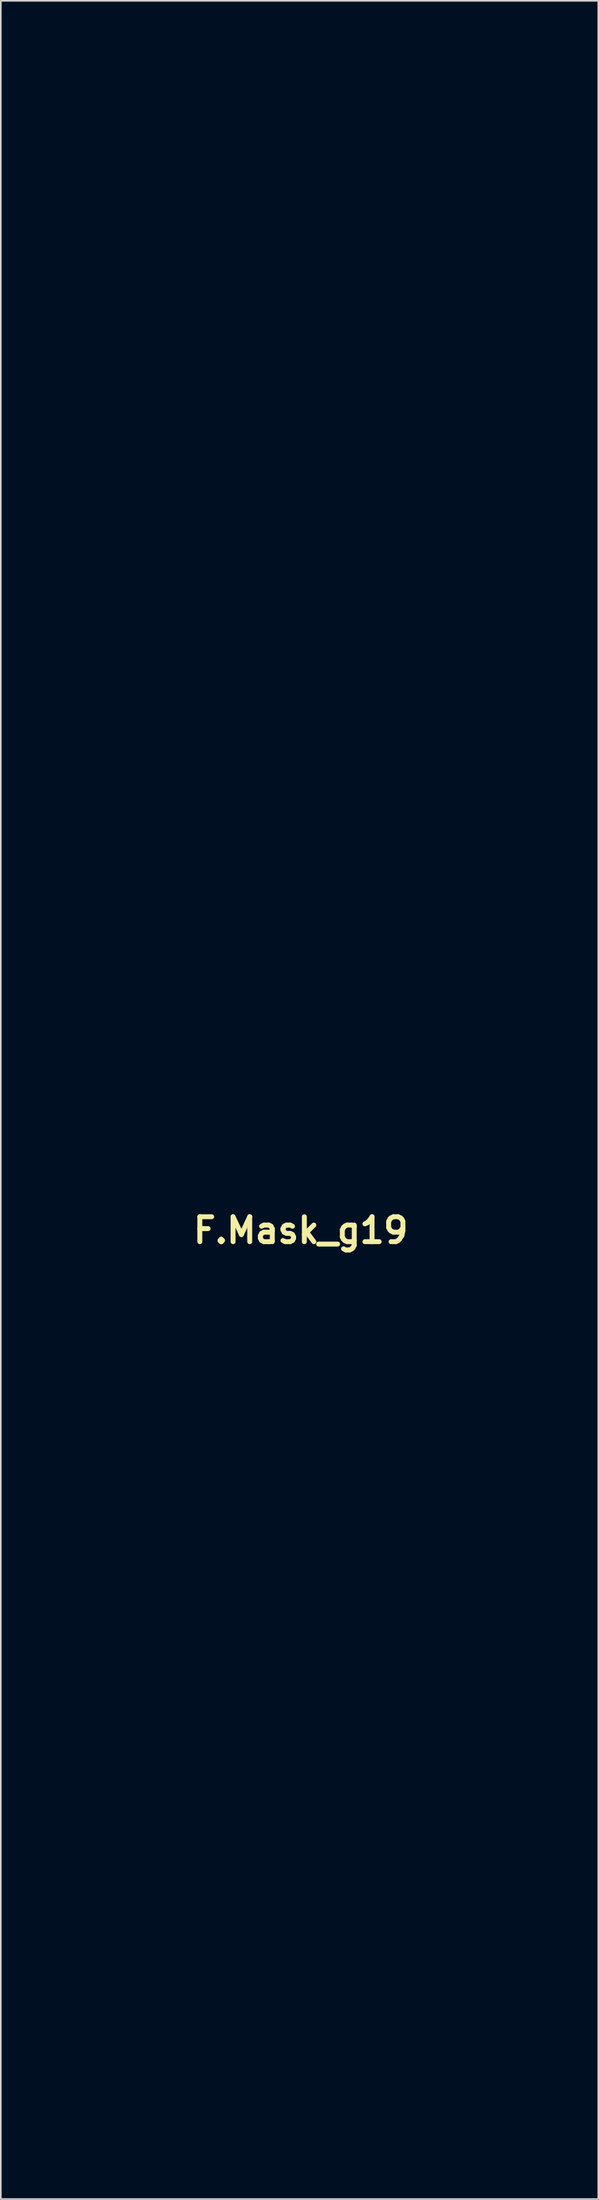
<source format=kicad_pcb>
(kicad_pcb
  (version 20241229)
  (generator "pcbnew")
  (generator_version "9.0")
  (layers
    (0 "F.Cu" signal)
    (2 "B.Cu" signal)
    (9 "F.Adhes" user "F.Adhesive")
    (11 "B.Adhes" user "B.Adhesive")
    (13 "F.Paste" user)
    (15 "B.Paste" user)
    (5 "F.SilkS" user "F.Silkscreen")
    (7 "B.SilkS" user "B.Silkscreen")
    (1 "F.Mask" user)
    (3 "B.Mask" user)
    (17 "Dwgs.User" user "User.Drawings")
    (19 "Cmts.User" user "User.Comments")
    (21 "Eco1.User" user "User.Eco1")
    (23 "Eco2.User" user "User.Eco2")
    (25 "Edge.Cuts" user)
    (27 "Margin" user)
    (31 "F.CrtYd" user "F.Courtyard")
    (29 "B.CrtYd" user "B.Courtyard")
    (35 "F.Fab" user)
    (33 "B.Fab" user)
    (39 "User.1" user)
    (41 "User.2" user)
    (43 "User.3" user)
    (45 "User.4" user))
  (footprint "F.Mask_g19"
    (layer "F.Cu")
    (at 15.329 72.116)
    (property "Reference" "F.Mask_g19" (at 0 0 0) (layer "F.SilkS") (effects (font (size 1.524 1.524) (thickness 0.3))))
    (attr through_hole)
    (fp_poly (pts (xy 6.885 40.261) (xy 6.932 40.271) (xy 6.963 40.292) (xy 6.983 40.315) (xy 7.022 40.389) (xy 7.018 40.461) (xy 6.979 40.524) (xy 6.916 40.569) (xy 6.83 40.591) (xy 6.738 40.588) (xy 6.676 40.569) (xy 6.614 40.52) (xy 6.583 40.454) (xy 6.586 40.381) (xy 6.623 40.314) (xy 6.632 40.305) (xy 6.671 40.278) (xy 6.721 40.263) (xy 6.798 40.259) (xy 6.81 40.259) (xy 6.885 40.261)) (stroke (width 0.01) (type solid)) (fill yes) (layer "F.Mask"))
    (fp_poly (pts (xy 7.415 41.693) (xy 7.43 41.699) (xy 7.483 41.729) (xy 7.516 41.772) (xy 7.531 41.837) (xy 7.535 41.927) (xy 7.525 42.036) (xy 7.493 42.111) (xy 7.437 42.152) (xy 7.366 42.164) (xy 7.3 42.155) (xy 7.253 42.123) (xy 7.241 42.108) (xy 7.212 42.046) (xy 7.197 41.96) (xy 7.198 41.868) (xy 7.216 41.787) (xy 7.221 41.775) (xy 7.268 41.717) (xy 7.337 41.688) (xy 7.415 41.693)) (stroke (width 0.01) (type solid)) (fill yes) (layer "F.Mask"))
    (fp_poly (pts (xy 11.506 -69.992) (xy 11.564 -69.968) (xy 11.598 -69.943) (xy 11.663 -69.889) (xy 11.663 -68.565) (xy 11.607 -68.509) (xy 11.565 -68.475) (xy 11.517 -68.458) (xy 11.447 -68.453) (xy 11.436 -68.453) (xy 11.363 -68.456) (xy 11.314 -68.471) (xy 11.271 -68.503) (xy 11.259 -68.515) (xy 11.197 -68.577) (xy 11.197 -69.874) (xy 11.259 -69.936) (xy 11.306 -69.976) (xy 11.356 -69.994) (xy 11.427 -69.998) (xy 11.506 -69.992)) (stroke (width 0.01) (type solid)) (fill yes) (layer "F.Mask"))
    (fp_poly (pts (xy 7.406 40.262) (xy 7.45 40.276) (xy 7.483 40.305) (xy 7.491 40.315) (xy 7.528 40.395) (xy 7.535 40.46) (xy 7.52 40.555) (xy 7.478 40.622) (xy 7.41 40.657) (xy 7.369 40.661) (xy 7.314 40.655) (xy 7.266 40.63) (xy 7.209 40.578) (xy 7.207 40.577) (xy 7.155 40.516) (xy 7.13 40.465) (xy 7.125 40.415) (xy 7.139 40.34) (xy 7.185 40.29) (xy 7.264 40.264) (xy 7.335 40.259) (xy 7.406 40.262)) (stroke (width 0.01) (type solid)) (fill yes) (layer "F.Mask"))
    (fp_poly (pts (xy 7.44 40.956) (xy 7.483 40.988) (xy 7.513 41.024) (xy 7.529 41.066) (xy 7.535 41.128) (xy 7.535 41.176) (xy 7.531 41.269) (xy 7.515 41.33) (xy 7.498 41.357) (xy 7.44 41.398) (xy 7.365 41.415) (xy 7.29 41.404) (xy 7.288 41.403) (xy 7.241 41.37) (xy 7.212 41.315) (xy 7.198 41.23) (xy 7.197 41.17) (xy 7.199 41.092) (xy 7.211 41.041) (xy 7.235 41.003) (xy 7.249 40.988) (xy 7.317 40.945) (xy 7.366 40.936) (xy 7.44 40.956)) (stroke (width 0.01) (type solid)) (fill yes) (layer "F.Mask"))
    (fp_poly (pts (xy 6.353 13.086) (xy 6.451 13.102) (xy 6.526 13.132) (xy 6.586 13.18) (xy 6.61 13.207) (xy 6.668 13.275) (xy 6.668 13.837) (xy 6.667 14.007) (xy 6.667 14.14) (xy 6.665 14.241) (xy 6.662 14.316) (xy 6.657 14.37) (xy 6.65 14.409) (xy 6.641 14.437) (xy 6.629 14.461) (xy 6.625 14.468) (xy 6.578 14.527) (xy 6.517 14.567) (xy 6.434 14.592) (xy 6.322 14.603) (xy 6.236 14.605) (xy 6.032 14.605) (xy 6.032 13.081) (xy 6.224 13.081) (xy 6.353 13.086)) (stroke (width 0.01) (type solid)) (fill yes) (layer "F.Mask"))
    (fp_poly (pts (xy -5.847 -0.426) (xy -5.756 -0.381) (xy -5.687 -0.314) (xy -5.674 -0.293) (xy -5.664 -0.268) (xy -5.656 -0.234) (xy -5.651 -0.184) (xy -5.648 -0.113) (xy -5.645 -0.016) (xy -5.644 0.113) (xy -5.643 0.269) (xy -5.643 0.449) (xy -5.644 0.593) (xy -5.649 0.704) (xy -5.656 0.788) (xy -5.669 0.85) (xy -5.686 0.896) (xy -5.71 0.929) (xy -5.741 0.956) (xy -5.768 0.973) (xy -5.842 1.002) (xy -5.936 1.015) (xy -6.029 1.01) (xy -6.085 0.996) (xy -6.129 0.968) (xy -6.177 0.926) (xy -6.181 0.921) (xy -6.234 0.864) (xy -6.239 0.311) (xy -6.241 0.142) (xy -6.242 0.011) (xy -6.241 -0.089) (xy -6.239 -0.162) (xy -6.235 -0.215) (xy -6.228 -0.253) (xy -6.219 -0.281) (xy -6.207 -0.305) (xy -6.202 -0.313) (xy -6.135 -0.385) (xy -6.047 -0.428) (xy -5.948 -0.441) (xy -5.847 -0.426)) (stroke (width 0.01) (type solid)) (fill yes) (layer "F.Mask"))
    (fp_poly (pts (xy 9.157 40.232) (xy 9.215 40.272) (xy 9.271 40.328) (xy 9.271 42.905) (xy 6.011 42.905) (xy 6.011 40.64) (xy 3.619 40.64) (xy 3.619 41.687) (xy 3.619 41.955) (xy 3.618 42.183) (xy 3.616 42.372) (xy 3.613 42.523) (xy 3.61 42.639) (xy 3.605 42.721) (xy 3.6 42.771) (xy 3.595 42.786) (xy 3.558 42.832) (xy 3.498 42.874) (xy 3.434 42.9) (xy 3.405 42.904) (xy 3.366 42.895) (xy 3.313 42.876) (xy 3.312 42.875) (xy 3.258 42.838) (xy 3.222 42.79) (xy 3.216 42.767) (xy 3.211 42.722) (xy 3.207 42.652) (xy 3.204 42.557) (xy 3.201 42.432) (xy 3.199 42.276) (xy 3.198 42.086) (xy 3.197 41.86) (xy 3.196 41.595) (xy 3.196 41.475) (xy 3.196 40.217) (xy 6.328 40.217) (xy 6.462 40.336) (xy 6.457 41.397) (xy 6.453 42.458) (xy 7.65 42.459) (xy 8.848 42.46) (xy 8.848 40.34) (xy 8.91 40.279) (xy 8.986 40.229) (xy 9.072 40.213) (xy 9.157 40.232)) (stroke (width 0.01) (type solid)) (fill yes) (layer "F.Mask"))
    (fp_poly (pts (xy 5.886 -69.986) (xy 5.982 -69.942) (xy 6.06 -69.868) (xy 6.075 -69.845) (xy 6.088 -69.821) (xy 6.098 -69.794) (xy 6.105 -69.758) (xy 6.11 -69.707) (xy 6.114 -69.637) (xy 6.116 -69.541) (xy 6.117 -69.414) (xy 6.117 -69.251) (xy 6.117 -69.229) (xy 6.117 -69.056) (xy 6.115 -68.92) (xy 6.113 -68.817) (xy 6.109 -68.739) (xy 6.103 -68.683) (xy 6.095 -68.643) (xy 6.085 -68.613) (xy 6.083 -68.61) (xy 6.024 -68.528) (xy 5.938 -68.477) (xy 5.823 -68.454) (xy 5.782 -68.453) (xy 5.705 -68.456) (xy 5.653 -68.467) (xy 5.608 -68.494) (xy 5.578 -68.518) (xy 5.544 -68.552) (xy 5.517 -68.588) (xy 5.496 -68.632) (xy 5.481 -68.69) (xy 5.471 -68.766) (xy 5.465 -68.865) (xy 5.463 -68.993) (xy 5.464 -69.154) (xy 5.465 -69.276) (xy 5.467 -69.441) (xy 5.47 -69.57) (xy 5.474 -69.666) (xy 5.478 -69.737) (xy 5.485 -69.787) (xy 5.493 -69.822) (xy 5.504 -69.847) (xy 5.51 -69.857) (xy 5.584 -69.936) (xy 5.678 -69.983) (xy 5.782 -70) (xy 5.886 -69.986)) (stroke (width 0.01) (type solid)) (fill yes) (layer "F.Mask"))
    (fp_poly (pts (xy -8.684 40.218) (xy -8.652 40.226) (xy -8.613 40.242) (xy -8.564 40.27) (xy -8.503 40.309) (xy -8.427 40.363) (xy -8.334 40.432) (xy -8.222 40.519) (xy -8.088 40.624) (xy -7.929 40.749) (xy -7.745 40.896) (xy -7.531 41.067) (xy -7.34 41.22) (xy -6.085 42.223) (xy -6.075 41.271) (xy -6.064 40.319) (xy -6.005 40.268) (xy -5.925 40.225) (xy -5.835 40.221) (xy -5.762 40.247) (xy -5.737 40.267) (xy -5.686 40.314) (xy -5.611 40.386) (xy -5.515 40.479) (xy -5.401 40.59) (xy -5.271 40.718) (xy -5.129 40.858) (xy -4.978 41.009) (xy -4.819 41.167) (xy -4.657 41.329) (xy -4.493 41.493) (xy -4.332 41.655) (xy -4.175 41.813) (xy -4.026 41.964) (xy -3.887 42.105) (xy -3.761 42.233) (xy -3.651 42.346) (xy -3.56 42.44) (xy -3.492 42.512) (xy -3.447 42.56) (xy -3.431 42.581) (xy -3.407 42.668) (xy -3.42 42.751) (xy -3.465 42.82) (xy -3.535 42.867) (xy -3.623 42.884) (xy -3.714 42.884) (xy -4.682 41.916) (xy -5.65 40.949) (xy -5.656 41.865) (xy -5.662 42.782) (xy -5.721 42.833) (xy -5.799 42.874) (xy -5.888 42.883) (xy -5.973 42.859) (xy -5.991 42.847) (xy -6.016 42.829) (xy -6.071 42.785) (xy -6.153 42.72) (xy -6.261 42.635) (xy -6.39 42.532) (xy -6.539 42.413) (xy -6.705 42.281) (xy -6.885 42.138) (xy -7.075 41.985) (xy -7.255 41.842) (xy -8.467 40.872) (xy -8.467 42.76) (xy -8.529 42.822) (xy -8.587 42.867) (xy -8.653 42.883) (xy -8.671 42.883) (xy -8.735 42.877) (xy -8.785 42.863) (xy -8.789 42.861) (xy -8.81 42.848) (xy -8.828 42.833) (xy -8.843 42.813) (xy -8.856 42.785) (xy -8.866 42.745) (xy -8.873 42.69) (xy -8.879 42.616) (xy -8.884 42.521) (xy -8.887 42.4) (xy -8.888 42.251) (xy -8.889 42.071) (xy -8.89 41.855) (xy -8.89 41.601) (xy -8.89 41.552) (xy -8.89 41.278) (xy -8.889 41.044) (xy -8.887 40.847) (xy -8.885 40.686) (xy -8.882 40.558) (xy -8.879 40.46) (xy -8.874 40.391) (xy -8.869 40.348) (xy -8.865 40.332) (xy -8.827 40.282) (xy -8.781 40.247) (xy -8.756 40.234) (xy -8.733 40.224) (xy -8.71 40.218) (xy -8.684 40.218)) (stroke (width 0.01) (type solid)) (fill yes) (layer "F.Mask"))
    (fp_poly (pts (xy 5.07 26.267) (xy 5.303 26.328) (xy 5.526 26.43) (xy 5.736 26.571) (xy 5.934 26.753) (xy 6.12 26.974) (xy 6.293 27.234) (xy 6.424 27.474) (xy 6.57 27.737) (xy 6.726 27.962) (xy 6.89 28.148) (xy 7.063 28.294) (xy 7.243 28.401) (xy 7.43 28.466) (xy 7.623 28.49) (xy 7.638 28.49) (xy 7.83 28.469) (xy 8.019 28.408) (xy 8.201 28.308) (xy 8.376 28.172) (xy 8.54 28) (xy 8.691 27.796) (xy 8.826 27.56) (xy 8.834 27.545) (xy 8.893 27.449) (xy 8.955 27.392) (xy 9.025 27.369) (xy 9.044 27.369) (xy 9.136 27.387) (xy 9.21 27.437) (xy 9.257 27.511) (xy 9.271 27.586) (xy 9.257 27.65) (xy 9.221 27.739) (xy 9.165 27.847) (xy 9.094 27.966) (xy 9.012 28.089) (xy 8.924 28.211) (xy 8.834 28.324) (xy 8.749 28.418) (xy 8.548 28.599) (xy 8.338 28.739) (xy 8.116 28.84) (xy 7.984 28.881) (xy 7.878 28.899) (xy 7.747 28.91) (xy 7.604 28.911) (xy 7.466 28.905) (xy 7.347 28.89) (xy 7.303 28.88) (xy 7.083 28.801) (xy 6.869 28.684) (xy 6.668 28.535) (xy 6.529 28.403) (xy 6.426 28.289) (xy 6.333 28.17) (xy 6.243 28.037) (xy 6.151 27.881) (xy 6.049 27.695) (xy 6.049 27.694) (xy 5.949 27.51) (xy 5.859 27.359) (xy 5.774 27.234) (xy 5.688 27.127) (xy 5.597 27.031) (xy 5.557 26.993) (xy 5.377 26.851) (xy 5.192 26.75) (xy 5.003 26.691) (xy 4.81 26.674) (xy 4.764 26.676) (xy 4.669 26.687) (xy 4.577 26.704) (xy 4.508 26.725) (xy 4.319 26.821) (xy 4.137 26.956) (xy 3.967 27.124) (xy 3.813 27.322) (xy 3.679 27.545) (xy 3.665 27.573) (xy 3.601 27.682) (xy 3.534 27.752) (xy 3.461 27.787) (xy 3.414 27.792) (xy 3.325 27.779) (xy 3.262 27.737) (xy 3.228 27.686) (xy 3.207 27.637) (xy 3.2 27.589) (xy 3.209 27.535) (xy 3.235 27.465) (xy 3.281 27.369) (xy 3.295 27.342) (xy 3.433 27.107) (xy 3.592 26.892) (xy 3.766 26.703) (xy 3.951 26.545) (xy 4.141 26.424) (xy 4.177 26.406) (xy 4.336 26.334) (xy 4.478 26.286) (xy 4.618 26.258) (xy 4.77 26.247) (xy 4.826 26.247) (xy 5.07 26.267)) (stroke (width 0.01) (type solid)) (fill yes) (layer "F.Mask"))
    (fp_poly (pts (xy -7.414 26.434) (xy -7.369 26.474) (xy -7.298 26.538) (xy -7.204 26.623) (xy -7.09 26.728) (xy -6.959 26.849) (xy -6.813 26.984) (xy -6.655 27.132) (xy -6.487 27.288) (xy -6.469 27.305) (xy -6.3 27.463) (xy -6.141 27.611) (xy -5.993 27.748) (xy -5.86 27.872) (xy -5.744 27.979) (xy -5.648 28.067) (xy -5.574 28.134) (xy -5.525 28.177) (xy -5.505 28.194) (xy -5.504 28.194) (xy -5.498 28.191) (xy -5.484 28.18) (xy -5.46 28.16) (xy -5.425 28.128) (xy -5.376 28.084) (xy -5.312 28.025) (xy -5.231 27.95) (xy -5.131 27.857) (xy -5.01 27.745) (xy -4.866 27.611) (xy -4.698 27.453) (xy -4.504 27.271) (xy -4.281 27.062) (xy -4.189 26.976) (xy -4.046 26.843) (xy -3.929 26.736) (xy -3.835 26.653) (xy -3.76 26.591) (xy -3.7 26.549) (xy -3.651 26.523) (xy -3.609 26.511) (xy -3.57 26.51) (xy -3.53 26.518) (xy -3.499 26.528) (xy -3.425 26.569) (xy -3.38 26.63) (xy -3.37 26.701) (xy -3.373 26.717) (xy -3.392 26.744) (xy -3.442 26.799) (xy -3.522 26.881) (xy -3.633 26.991) (xy -3.774 27.127) (xy -3.944 27.29) (xy -4.143 27.479) (xy -4.371 27.693) (xy -4.435 27.752) (xy -4.612 27.918) (xy -4.781 28.075) (xy -4.938 28.222) (xy -5.08 28.354) (xy -5.206 28.471) (xy -5.313 28.57) (xy -5.398 28.648) (xy -5.459 28.704) (xy -5.493 28.734) (xy -5.499 28.739) (xy -5.517 28.726) (xy -5.562 28.686) (xy -5.634 28.622) (xy -5.728 28.537) (xy -5.842 28.433) (xy -5.974 28.311) (xy -6.12 28.176) (xy -6.279 28.028) (xy -6.446 27.872) (xy -6.465 27.855) (xy -6.633 27.697) (xy -6.793 27.549) (xy -6.941 27.412) (xy -7.074 27.289) (xy -7.191 27.183) (xy -7.287 27.095) (xy -7.361 27.029) (xy -7.41 26.987) (xy -7.431 26.971) (xy -7.432 26.971) (xy -7.45 26.986) (xy -7.496 27.028) (xy -7.567 27.093) (xy -7.661 27.179) (xy -7.775 27.284) (xy -7.905 27.405) (xy -8.049 27.54) (xy -8.204 27.684) (xy -8.318 27.792) (xy -8.513 27.973) (xy -8.689 28.136) (xy -8.845 28.278) (xy -8.979 28.4) (xy -9.09 28.498) (xy -9.176 28.571) (xy -9.235 28.618) (xy -9.264 28.637) (xy -9.346 28.653) (xy -9.425 28.64) (xy -9.494 28.604) (xy -9.544 28.55) (xy -9.565 28.485) (xy -9.561 28.447) (xy -9.543 28.422) (xy -9.495 28.37) (xy -9.418 28.292) (xy -9.315 28.19) (xy -9.187 28.065) (xy -9.034 27.919) (xy -8.859 27.753) (xy -8.663 27.568) (xy -8.496 27.411) (xy -8.319 27.245) (xy -8.15 27.087) (xy -7.993 26.941) (xy -7.85 26.808) (xy -7.724 26.691) (xy -7.618 26.592) (xy -7.533 26.513) (xy -7.472 26.457) (xy -7.438 26.427) (xy -7.432 26.421) (xy -7.414 26.434)) (stroke (width 0.01) (type solid)) (fill yes) (layer "F.Mask"))
    (fp_poly (pts (xy -6.761 -72.111) (xy -6.12 -72.111) (xy -5.445 -72.111) (xy -4.733 -72.111) (xy -3.984 -72.111) (xy -3.197 -72.111) (xy -2.371 -72.11) (xy -1.506 -72.11) (xy -0.599 -72.11) (xy -0.031 -72.11) (xy 14.044 -72.104) (xy 14.182 -72.055) (xy 14.402 -71.956) (xy 14.603 -71.823) (xy 14.779 -71.662) (xy 14.927 -71.477) (xy 15.041 -71.273) (xy 15.09 -71.147) (xy 15.113 -71.065) (xy 15.134 -70.958) (xy 15.151 -70.847) (xy 15.156 -70.808) (xy 15.157 -70.783) (xy 15.158 -70.722) (xy 15.158 -70.624) (xy 15.159 -70.491) (xy 15.16 -70.321) (xy 15.16 -70.115) (xy 15.161 -69.872) (xy 15.162 -69.593) (xy 15.162 -69.277) (xy 15.163 -68.924) (xy 15.164 -68.535) (xy 15.164 -68.108) (xy 15.165 -67.644) (xy 15.165 -67.142) (xy 15.166 -66.604) (xy 15.166 -66.027) (xy 15.167 -65.413) (xy 15.167 -64.762) (xy 15.168 -64.072) (xy 15.168 -63.345) (xy 15.169 -62.579) (xy 15.169 -61.775) (xy 15.169 -60.933) (xy 15.17 -60.053) (xy 15.17 -59.134) (xy 15.17 -58.176) (xy 15.171 -57.18) (xy 15.171 -56.144) (xy 15.171 -55.07) (xy 15.171 -53.956) (xy 15.172 -52.804) (xy 15.172 -51.612) (xy 15.172 -50.38) (xy 15.172 -49.109) (xy 15.172 -47.798) (xy 15.173 -46.448) (xy 15.173 -45.057) (xy 15.173 -43.627) (xy 15.173 -42.156) (xy 15.173 -40.645) (xy 15.173 -39.094) (xy 15.173 -37.503) (xy 15.173 -35.87) (xy 15.173 -34.197) (xy 15.173 -32.484) (xy 15.173 -30.729) (xy 15.173 -28.933) (xy 15.173 -27.096) (xy 15.173 -25.218) (xy 15.173 -23.299) (xy 15.173 -21.337) (xy 15.173 -19.335) (xy 15.173 -17.29) (xy 15.172 -15.204) (xy 15.172 -13.076) (xy 15.172 -10.906) (xy 15.172 -8.693) (xy 15.172 -7.832) (xy 15.172 -5.854) (xy 15.171 -3.919) (xy 15.171 -2.025) (xy 15.171 -0.172) (xy 15.171 1.641) (xy 15.171 3.413) (xy 15.17 5.146) (xy 15.17 6.84) (xy 15.17 8.494) (xy 15.17 10.111) (xy 15.17 11.69) (xy 15.169 13.231) (xy 15.169 14.735) (xy 15.169 16.203) (xy 15.169 17.635) (xy 15.169 19.031) (xy 15.169 20.392) (xy 15.168 21.719) (xy 15.168 23.011) (xy 15.168 24.269) (xy 15.168 25.494) (xy 15.168 26.686) (xy 15.167 27.845) (xy 15.167 28.973) (xy 15.167 30.069) (xy 15.167 31.133) (xy 15.166 32.168) (xy 15.166 33.172) (xy 15.166 34.146) (xy 15.166 35.09) (xy 15.165 36.006) (xy 15.165 36.894) (xy 15.165 37.753) (xy 15.165 38.585) (xy 15.164 39.39) (xy 15.164 40.169) (xy 15.164 40.921) (xy 15.164 41.647) (xy 15.163 42.348) (xy 15.163 43.024) (xy 15.163 43.676) (xy 15.162 44.304) (xy 15.162 44.908) (xy 15.161 45.49) (xy 15.161 46.048) (xy 15.161 46.585) (xy 15.16 47.1) (xy 15.16 47.593) (xy 15.16 48.066) (xy 15.159 48.519) (xy 15.159 48.951) (xy 15.158 49.364) (xy 15.158 49.758) (xy 15.157 50.134) (xy 15.157 50.491) (xy 15.156 50.831) (xy 15.156 51.154) (xy 15.155 51.459) (xy 15.155 51.749) (xy 15.154 52.022) (xy 15.153 52.281) (xy 15.153 52.524) (xy 15.152 52.752) (xy 15.152 52.967) (xy 15.151 53.168) (xy 15.15 53.356) (xy 15.15 53.531) (xy 15.149 53.693) (xy 15.148 53.844) (xy 15.147 53.984) (xy 15.147 54.112) (xy 15.146 54.231) (xy 15.145 54.339) (xy 15.144 54.437) (xy 15.143 54.526) (xy 15.143 54.607) (xy 15.142 54.679) (xy 15.141 54.744) (xy 15.14 54.801) (xy 15.139 54.852) (xy 15.138 54.895) (xy 15.137 54.933) (xy 15.136 54.966) (xy 15.135 54.993) (xy 15.134 55.015) (xy 15.133 55.034) (xy 15.132 55.048) (xy 15.13 55.06) (xy 15.129 55.068) (xy 15.128 55.074) (xy 15.128 55.075) (xy 15.041 55.315) (xy 14.92 55.53) (xy 14.768 55.719) (xy 14.585 55.88) (xy 14.376 56.01) (xy 14.14 56.107) (xy 14.068 56.129) (xy 14.058 56.132) (xy 14.044 56.134) (xy 14.025 56.136) (xy 14.001 56.138) (xy 13.97 56.14) (xy 13.931 56.142) (xy 13.884 56.144) (xy 13.828 56.145) (xy 13.761 56.147) (xy 13.683 56.149) (xy 13.593 56.15) (xy 13.489 56.151) (xy 13.371 56.153) (xy 13.238 56.154) (xy 13.089 56.155) (xy 12.923 56.156) (xy 12.739 56.157) (xy 12.535 56.158) (xy 12.312 56.159) (xy 12.068 56.16) (xy 11.802 56.16) (xy 11.513 56.161) (xy 11.201 56.162) (xy 10.864 56.162) (xy 10.501 56.163) (xy 10.111 56.163) (xy 9.694 56.164) (xy 9.248 56.164) (xy 8.773 56.165) (xy 8.268 56.165) (xy 7.731 56.166) (xy 7.161 56.166) (xy 6.559 56.166) (xy 5.922 56.166) (xy 5.25 56.167) (xy 4.542 56.167) (xy 3.796 56.167) (xy 3.013 56.167) (xy 2.19 56.168) (xy 1.328 56.168) (xy 0.424 56.168) (xy 0 56.168) (xy -0.799 56.168) (xy -1.585 56.168) (xy -2.357 56.168) (xy -3.114 56.168) (xy -3.855 56.168) (xy -4.578 56.168) (xy -5.283 56.168) (xy -5.969 56.168) (xy -6.634 56.167) (xy -7.278 56.167) (xy -7.9 56.167) (xy -8.498 56.166) (xy -9.071 56.166) (xy -9.62 56.165) (xy -10.141 56.165) (xy -10.635 56.164) (xy -11.1 56.163) (xy -11.536 56.163) (xy -11.941 56.162) (xy -12.315 56.161) (xy -12.655 56.16) (xy -12.962 56.16) (xy -13.234 56.159) (xy -13.47 56.158) (xy -13.67 56.157) (xy -13.831 56.156) (xy -13.953 56.155) (xy -14.036 56.154) (xy -14.077 56.153) (xy -14.082 56.153) (xy -14.315 56.102) (xy -14.534 56.014) (xy -14.735 55.893) (xy -14.913 55.743) (xy -15.065 55.566) (xy -15.186 55.366) (xy -15.272 55.147) (xy -15.293 55.069) (xy -15.294 55.062) (xy -15.295 55.046) (xy -15.296 55.024) (xy -15.297 54.993) (xy -15.298 54.953) (xy -15.299 54.904) (xy -15.3 54.846) (xy -15.3 54.778) (xy -15.301 54.699) (xy -15.302 54.61) (xy -15.303 54.509) (xy -15.304 54.397) (xy -15.304 54.273) (xy -15.305 54.136) (xy -15.306 53.986) (xy -15.306 53.823) (xy -15.307 53.645) (xy -15.308 53.454) (xy -15.308 53.248) (xy -15.309 53.222) (xy -9.449 53.222) (xy -9.447 53.395) (xy -9.431 53.561) (xy -9.402 53.705) (xy -9.402 53.706) (xy -9.312 53.949) (xy -9.189 54.17) (xy -9.035 54.367) (xy -8.854 54.536) (xy -8.648 54.674) (xy -8.422 54.779) (xy -8.178 54.847) (xy -8.083 54.863) (xy -7.91 54.873) (xy -7.72 54.863) (xy -7.529 54.832) (xy -7.476 54.82) (xy -7.247 54.74) (xy -7.033 54.624) (xy -6.839 54.475) (xy -6.668 54.296) (xy -6.524 54.093) (xy -6.412 53.868) (xy -6.368 53.742) (xy -6.347 53.669) (xy -6.333 53.599) (xy -6.324 53.522) (xy -6.32 53.427) (xy -6.319 53.302) (xy -6.319 53.287) (xy -6.32 53.165) (xy -6.323 53.075) (xy -6.33 53.004) (xy -6.342 52.941) (xy -6.361 52.876) (xy -6.385 52.805) (xy -6.447 52.649) (xy -6.515 52.516) (xy -6.597 52.394) (xy -6.703 52.27) (xy -6.784 52.186) (xy -6.957 52.032) (xy -7.137 51.913) (xy -7.333 51.825) (xy -7.513 51.771) (xy -7.698 51.74) (xy -7.9 51.731) (xy -8.104 51.745) (xy -8.293 51.78) (xy -8.371 51.803) (xy -8.612 51.906) (xy -8.827 52.043) (xy -9.016 52.211) (xy -9.176 52.407) (xy -9.304 52.63) (xy -9.398 52.875) (xy -9.411 52.918) (xy -9.437 53.058) (xy -9.449 53.222) (xy -15.309 53.222) (xy -15.309 53.027) (xy -15.31 52.79) (xy -15.31 52.537) (xy -15.311 52.268) (xy -15.311 51.982) (xy -15.312 51.679) (xy -15.313 51.358) (xy -15.313 51.019) (xy -15.314 50.661) (xy -15.314 50.284) (xy -15.315 49.888) (xy -15.315 49.472) (xy -15.315 49.035) (xy -15.316 48.578) (xy -15.316 48.1) (xy -15.317 47.6) (xy -15.317 47.078) (xy -15.317 46.533) (xy -15.318 45.966) (xy -15.318 45.375) (xy -15.318 44.76) (xy -15.319 44.121) (xy -15.319 43.458) (xy -15.319 42.769) (xy -15.32 42.055) (xy -15.32 41.315) (xy -15.32 41.1) (xy -11.534 41.1) (xy -11.533 41.378) (xy -11.533 41.626) (xy -11.532 41.846) (xy -11.53 42.04) (xy -11.529 42.21) (xy -11.526 42.357) (xy -11.523 42.484) (xy -11.519 42.592) (xy -11.515 42.683) (xy -11.509 42.759) (xy -11.503 42.821) (xy -11.496 42.873) (xy -11.488 42.914) (xy -11.48 42.947) (xy -11.47 42.975) (xy -11.459 42.998) (xy -11.447 43.018) (xy -11.433 43.038) (xy -11.419 43.059) (xy -11.406 43.078) (xy -11.294 43.215) (xy -11.155 43.324) (xy -10.997 43.4) (xy -10.875 43.432) (xy -10.839 43.434) (xy -10.764 43.436) (xy -10.651 43.438) (xy -10.504 43.44) (xy -10.324 43.442) (xy -10.114 43.444) (xy -9.876 43.445) (xy -9.614 43.447) (xy -9.329 43.448) (xy -9.024 43.449) (xy -8.701 43.45) (xy -8.363 43.451) (xy -8.012 43.452) (xy -7.651 43.452) (xy -7.283 43.453) (xy -6.909 43.453) (xy -6.532 43.453) (xy -6.154 43.453) (xy -5.779 43.453) (xy -5.408 43.453) (xy -5.045 43.452) (xy -4.69 43.452) (xy -4.348 43.451) (xy -4.02 43.45) (xy -3.709 43.449) (xy -3.417 43.448) (xy -3.146 43.446) (xy -2.9 43.445) (xy -2.681 43.443) (xy -2.491 43.442) (xy -2.332 43.44) (xy -2.207 43.438) (xy -2.119 43.435) (xy -2.07 43.433) (xy -2.062 43.432) (xy -1.887 43.379) (xy -1.73 43.29) (xy -1.595 43.168) (xy -1.489 43.018) (xy -1.463 42.968) (xy -1.408 42.852) (xy -1.401 38.947) (xy -1.4 38.415) (xy -1.399 37.924) (xy -1.399 37.474) (xy -1.399 37.062) (xy -1.399 37.009) (xy 1.209 37.009) (xy 1.209 37.442) (xy 1.21 37.916) (xy 1.21 38.43) (xy 1.211 38.873) (xy 1.217 42.873) (xy 1.264 42.974) (xy 1.346 43.108) (xy 1.46 43.229) (xy 1.594 43.33) (xy 1.74 43.402) (xy 1.855 43.433) (xy 1.886 43.435) (xy 1.958 43.436) (xy 2.067 43.438) (xy 2.213 43.439) (xy 2.393 43.441) (xy 2.605 43.442) (xy 2.847 43.443) (xy 3.118 43.444) (xy 3.414 43.445) (xy 3.735 43.446) (xy 4.077 43.447) (xy 4.439 43.447) (xy 4.82 43.448) (xy 5.216 43.448) (xy 5.626 43.448) (xy 6.048 43.448) (xy 6.329 43.448) (xy 10.7 43.445) (xy 10.812 43.399) (xy 10.979 43.308) (xy 11.121 43.185) (xy 11.234 43.033) (xy 11.289 42.922) (xy 11.335 42.81) (xy 11.335 38.83) (xy 11.335 38.333) (xy 11.335 37.876) (xy 11.335 37.458) (xy 11.335 37.076) (xy 11.334 36.728) (xy 11.334 36.413) (xy 11.333 36.129) (xy 11.332 35.874) (xy 11.33 35.645) (xy 11.328 35.441) (xy 11.325 35.259) (xy 11.322 35.099) (xy 11.318 34.957) (xy 11.313 34.833) (xy 11.307 34.723) (xy 11.301 34.627) (xy 11.293 34.541) (xy 11.285 34.465) (xy 11.276 34.396) (xy 11.265 34.332) (xy 11.253 34.272) (xy 11.24 34.213) (xy 11.225 34.153) (xy 11.21 34.09) (xy 11.192 34.024) (xy 11.175 33.958) (xy 11.042 33.518) (xy 10.872 33.097) (xy 10.667 32.696) (xy 10.429 32.318) (xy 10.159 31.964) (xy 9.861 31.635) (xy 9.534 31.334) (xy 9.182 31.062) (xy 8.806 30.821) (xy 8.409 30.613) (xy 7.991 30.439) (xy 7.555 30.301) (xy 7.103 30.201) (xy 7.101 30.201) (xy 6.968 30.183) (xy 6.803 30.167) (xy 6.617 30.156) (xy 6.419 30.148) (xy 6.222 30.144) (xy 6.035 30.145) (xy 5.869 30.151) (xy 5.735 30.161) (xy 5.274 30.234) (xy 4.826 30.347) (xy 4.392 30.498) (xy 3.975 30.687) (xy 3.577 30.912) (xy 3.201 31.173) (xy 2.848 31.469) (xy 2.687 31.622) (xy 2.378 31.961) (xy 2.101 32.326) (xy 1.859 32.713) (xy 1.652 33.119) (xy 1.482 33.543) (xy 1.351 33.98) (xy 1.259 34.428) (xy 1.228 34.66) (xy 1.225 34.706) (xy 1.222 34.782) (xy 1.219 34.891) (xy 1.217 35.033) (xy 1.215 35.208) (xy 1.214 35.417) (xy 1.212 35.662) (xy 1.211 35.943) (xy 1.21 36.26) (xy 1.21 36.616) (xy 1.209 37.009) (xy -1.399 37.009) (xy -1.399 36.688) (xy -1.4 36.351) (xy -1.401 36.049) (xy -1.402 35.781) (xy -1.403 35.546) (xy -1.405 35.344) (xy -1.407 35.172) (xy -1.409 35.03) (xy -1.411 34.917) (xy -1.414 34.831) (xy -1.418 34.771) (xy -1.418 34.759) (xy -1.477 34.321) (xy -1.576 33.885) (xy -1.714 33.457) (xy -1.888 33.041) (xy -2.098 32.641) (xy -2.341 32.262) (xy -2.493 32.058) (xy -2.581 31.954) (xy -2.694 31.831) (xy -2.824 31.696) (xy -2.964 31.558) (xy -3.106 31.425) (xy -3.241 31.303) (xy -3.361 31.201) (xy -3.428 31.149) (xy -3.82 30.884) (xy -4.225 30.659) (xy -4.646 30.474) (xy -5.08 30.328) (xy -5.53 30.222) (xy -5.828 30.174) (xy -5.996 30.157) (xy -6.192 30.147) (xy -6.405 30.142) (xy -6.622 30.144) (xy -6.83 30.151) (xy -7.015 30.164) (xy -7.106 30.174) (xy -7.559 30.254) (xy -7.998 30.374) (xy -8.423 30.531) (xy -8.829 30.724) (xy -9.216 30.951) (xy -9.581 31.211) (xy -9.922 31.503) (xy -10.236 31.824) (xy -10.521 32.173) (xy -10.776 32.549) (xy -10.998 32.95) (xy -11.006 32.967) (xy -11.12 33.21) (xy -11.213 33.436) (xy -11.291 33.659) (xy -11.359 33.895) (xy -11.376 33.959) (xy -11.393 34.026) (xy -11.409 34.087) (xy -11.424 34.144) (xy -11.437 34.198) (xy -11.449 34.251) (xy -11.46 34.306) (xy -11.47 34.364) (xy -11.479 34.427) (xy -11.487 34.497) (xy -11.494 34.576) (xy -11.5 34.666) (xy -11.505 34.769) (xy -11.509 34.888) (xy -11.513 35.023) (xy -11.516 35.177) (xy -11.519 35.351) (xy -11.521 35.548) (xy -11.523 35.77) (xy -11.525 36.019) (xy -11.526 36.296) (xy -11.527 36.604) (xy -11.527 36.944) (xy -11.528 37.318) (xy -11.529 37.729) (xy -11.529 38.178) (xy -11.53 38.667) (xy -11.53 38.711) (xy -11.531 39.205) (xy -11.532 39.657) (xy -11.533 40.072) (xy -11.533 40.449) (xy -11.534 40.791) (xy -11.534 41.1) (xy -15.32 41.1) (xy -15.32 40.549) (xy -15.321 39.756) (xy -15.321 38.935) (xy -15.321 38.087) (xy -15.321 37.211) (xy -15.321 36.306) (xy -15.322 35.372) (xy -15.322 34.409) (xy -15.322 33.416) (xy -15.322 32.393) (xy -15.322 31.339) (xy -15.323 30.253) (xy -15.323 29.137) (xy -15.323 27.988) (xy -15.323 27.13) (xy -11.534 27.13) (xy -11.533 27.408) (xy -11.533 27.656) (xy -11.532 27.876) (xy -11.53 28.07) (xy -11.529 28.24) (xy -11.526 28.387) (xy -11.523 28.514) (xy -11.519 28.622) (xy -11.515 28.713) (xy -11.509 28.789) (xy -11.503 28.852) (xy -11.496 28.903) (xy -11.488 28.944) (xy -11.479 28.978) (xy -11.469 29.005) (xy -11.458 29.028) (xy -11.446 29.049) (xy -11.433 29.069) (xy -11.418 29.09) (xy -11.405 29.11) (xy -11.297 29.241) (xy -11.159 29.349) (xy -11.001 29.426) (xy -10.861 29.464) (xy -10.827 29.466) (xy -10.753 29.468) (xy -10.641 29.47) (xy -10.495 29.472) (xy -10.315 29.473) (xy -10.106 29.475) (xy -9.87 29.476) (xy -9.608 29.478) (xy -9.324 29.479) (xy -9.02 29.48) (xy -8.698 29.481) (xy -8.36 29.481) (xy -8.01 29.482) (xy -7.65 29.482) (xy -7.282 29.483) (xy -6.908 29.483) (xy -6.532 29.483) (xy -6.155 29.483) (xy -5.78 29.483) (xy -5.41 29.482) (xy -5.047 29.482) (xy -4.693 29.481) (xy -4.351 29.48) (xy -4.024 29.479) (xy -3.713 29.478) (xy -3.422 29.477) (xy -3.152 29.476) (xy -2.907 29.475) (xy -2.688 29.473) (xy -2.499 29.471) (xy -2.341 29.47) (xy -2.217 29.468) (xy -2.13 29.466) (xy -2.082 29.463) (xy -2.075 29.463) (xy -1.899 29.413) (xy -1.74 29.327) (xy -1.604 29.208) (xy -1.495 29.06) (xy -1.463 28.998) (xy -1.408 28.882) (xy -1.405 27.13) (xy 1.166 27.13) (xy 1.167 27.408) (xy 1.167 27.656) (xy 1.168 27.876) (xy 1.17 28.07) (xy 1.171 28.24) (xy 1.174 28.387) (xy 1.177 28.514) (xy 1.181 28.622) (xy 1.185 28.713) (xy 1.191 28.789) (xy 1.197 28.852) (xy 1.204 28.903) (xy 1.212 28.944) (xy 1.221 28.978) (xy 1.231 29.005) (xy 1.242 29.028) (xy 1.254 29.049) (xy 1.267 29.069) (xy 1.282 29.09) (xy 1.295 29.11) (xy 1.403 29.241) (xy 1.541 29.349) (xy 1.699 29.426) (xy 1.839 29.464) (xy 1.873 29.466) (xy 1.947 29.468) (xy 2.059 29.47) (xy 2.205 29.472) (xy 2.385 29.473) (xy 2.594 29.475) (xy 2.83 29.476) (xy 3.092 29.478) (xy 3.376 29.479) (xy 3.68 29.48) (xy 4.002 29.481) (xy 4.34 29.481) (xy 4.69 29.482) (xy 5.05 29.482) (xy 5.418 29.483) (xy 5.792 29.483) (xy 6.168 29.483) (xy 6.545 29.483) (xy 6.92 29.483) (xy 7.29 29.482) (xy 7.653 29.482) (xy 8.007 29.481) (xy 8.349 29.48) (xy 8.676 29.479) (xy 8.987 29.478) (xy 9.278 29.477) (xy 9.548 29.476) (xy 9.793 29.475) (xy 10.012 29.473) (xy 10.201 29.471) (xy 10.359 29.47) (xy 10.483 29.468) (xy 10.57 29.466) (xy 10.618 29.463) (xy 10.625 29.463) (xy 10.801 29.413) (xy 10.96 29.327) (xy 11.096 29.208) (xy 11.205 29.06) (xy 11.237 28.998) (xy 11.292 28.882) (xy 11.299 24.977) (xy 11.3 24.445) (xy 11.301 23.954) (xy 11.301 23.504) (xy 11.301 23.092) (xy 11.301 22.718) (xy 11.3 22.381) (xy 11.299 22.079) (xy 11.298 21.811) (xy 11.297 21.576) (xy 11.295 21.374) (xy 11.293 21.202) (xy 11.291 21.06) (xy 11.289 20.947) (xy 11.286 20.861) (xy 11.282 20.801) (xy 11.282 20.789) (xy 11.223 20.349) (xy 11.124 19.912) (xy 10.986 19.484) (xy 10.811 19.068) (xy 10.602 18.67) (xy 10.359 18.292) (xy 10.17 18.044) (xy 10.047 17.902) (xy 9.899 17.745) (xy 9.737 17.584) (xy 9.569 17.428) (xy 9.407 17.287) (xy 9.267 17.176) (xy 8.883 16.915) (xy 8.479 16.691) (xy 8.059 16.505) (xy 7.622 16.359) (xy 7.171 16.252) (xy 6.873 16.204) (xy 6.724 16.189) (xy 6.546 16.179) (xy 6.35 16.173) (xy 6.149 16.172) (xy 5.955 16.176) (xy 5.781 16.185) (xy 5.677 16.194) (xy 5.231 16.263) (xy 4.795 16.373) (xy 4.373 16.52) (xy 3.966 16.704) (xy 3.577 16.923) (xy 3.209 17.174) (xy 2.864 17.457) (xy 2.544 17.769) (xy 2.252 18.11) (xy 1.989 18.476) (xy 1.76 18.867) (xy 1.694 18.997) (xy 1.58 19.24) (xy 1.487 19.466) (xy 1.409 19.689) (xy 1.341 19.925) (xy 1.324 19.989) (xy 1.307 20.056) (xy 1.291 20.117) (xy 1.276 20.174) (xy 1.263 20.228) (xy 1.251 20.281) (xy 1.24 20.336) (xy 1.23 20.394) (xy 1.221 20.457) (xy 1.213 20.527) (xy 1.206 20.606) (xy 1.2 20.696) (xy 1.195 20.799) (xy 1.191 20.918) (xy 1.187 21.053) (xy 1.184 21.207) (xy 1.181 21.381) (xy 1.179 21.578) (xy 1.177 21.8) (xy 1.175 22.049) (xy 1.174 22.326) (xy 1.173 22.634) (xy 1.173 22.974) (xy 1.172 23.348) (xy 1.171 23.759) (xy 1.171 24.208) (xy 1.17 24.697) (xy 1.17 24.741) (xy 1.169 25.235) (xy 1.168 25.688) (xy 1.167 26.102) (xy 1.167 26.479) (xy 1.166 26.821) (xy 1.166 27.13) (xy -1.405 27.13) (xy -1.401 24.977) (xy -1.4 24.445) (xy -1.399 23.954) (xy -1.399 23.504) (xy -1.399 23.092) (xy -1.399 22.718) (xy -1.4 22.381) (xy -1.401 22.079) (xy -1.402 21.811) (xy -1.403 21.576) (xy -1.405 21.374) (xy -1.407 21.202) (xy -1.409 21.06) (xy -1.411 20.947) (xy -1.414 20.861) (xy -1.418 20.801) (xy -1.418 20.789) (xy -1.478 20.345) (xy -1.578 19.905) (xy -1.717 19.475) (xy -1.895 19.059) (xy -1.936 18.976) (xy -2.1 18.67) (xy -2.27 18.395) (xy -2.453 18.141) (xy -2.658 17.897) (xy -2.892 17.652) (xy -2.946 17.599) (xy -3.295 17.288) (xy -3.665 17.014) (xy -4.056 16.777) (xy -4.466 16.577) (xy -4.894 16.415) (xy -5.337 16.292) (xy -5.796 16.208) (xy -5.827 16.204) (xy -5.976 16.189) (xy -6.154 16.179) (xy -6.35 16.173) (xy -6.551 16.172) (xy -6.745 16.176) (xy -6.919 16.185) (xy -7.023 16.194) (xy -7.468 16.263) (xy -7.904 16.373) (xy -8.326 16.52) (xy -8.732 16.704) (xy -9.121 16.922) (xy -9.489 17.173) (xy -9.835 17.455) (xy -10.154 17.766) (xy -10.446 18.105) (xy -10.708 18.47) (xy -10.936 18.859) (xy -11.007 18.997) (xy -11.12 19.24) (xy -11.212 19.464) (xy -11.29 19.685) (xy -11.357 19.916) (xy -11.376 19.989) (xy -11.393 20.056) (xy -11.409 20.117) (xy -11.424 20.174) (xy -11.437 20.228) (xy -11.449 20.281) (xy -11.46 20.336) (xy -11.47 20.394) (xy -11.479 20.457) (xy -11.487 20.527) (xy -11.494 20.606) (xy -11.5 20.696) (xy -11.505 20.799) (xy -11.509 20.918) (xy -11.513 21.053) (xy -11.516 21.207) (xy -11.519 21.381) (xy -11.521 21.578) (xy -11.523 21.8) (xy -11.525 22.049) (xy -11.526 22.326) (xy -11.527 22.634) (xy -11.527 22.974) (xy -11.528 23.348) (xy -11.529 23.759) (xy -11.529 24.208) (xy -11.53 24.697) (xy -11.53 24.741) (xy -11.531 25.235) (xy -11.532 25.688) (xy -11.533 26.102) (xy -11.533 26.479) (xy -11.534 26.821) (xy -11.534 27.13) (xy -15.323 27.13) (xy -15.323 26.807) (xy -15.323 25.593) (xy -15.323 24.345) (xy -15.323 23.064) (xy -15.323 21.749) (xy -15.324 20.399) (xy -15.324 19.014) (xy -15.324 17.594) (xy -15.324 16.138) (xy -15.324 14.645) (xy -15.324 14.326) (xy -9.33 14.326) (xy -9.32 14.453) (xy -9.274 14.578) (xy -9.2 14.692) (xy -9.103 14.784) (xy -8.991 14.845) (xy -8.991 14.845) (xy -8.886 14.869) (xy -8.764 14.878) (xy -8.64 14.872) (xy -8.532 14.852) (xy -8.488 14.836) (xy -8.36 14.757) (xy -8.254 14.647) (xy -8.206 14.573) (xy -8.172 14.474) (xy -8.159 14.355) (xy -8.167 14.233) (xy -8.197 14.127) (xy -8.207 14.106) (xy -8.278 14.006) (xy -8.386 13.9) (xy -8.529 13.792) (xy -8.702 13.685) (xy -8.718 13.676) (xy -8.813 13.62) (xy -8.899 13.564) (xy -8.967 13.515) (xy -9.007 13.479) (xy -9.042 13.431) (xy -9.056 13.384) (xy -9.055 13.32) (xy -9.054 13.305) (xy -9.039 13.227) (xy -9.01 13.174) (xy -8.988 13.152) (xy -8.89 13.094) (xy -8.774 13.066) (xy -8.671 13.069) (xy -8.574 13.095) (xy -8.508 13.145) (xy -8.463 13.225) (xy -8.457 13.24) (xy -8.425 13.305) (xy -8.382 13.359) (xy -8.372 13.366) (xy -8.33 13.393) (xy -8.297 13.394) (xy -8.259 13.376) (xy -8.21 13.327) (xy -8.19 13.259) (xy -8.198 13.177) (xy -8.231 13.091) (xy -8.285 13.005) (xy -8.359 12.928) (xy -8.371 12.92) (xy -7.895 12.92) (xy -7.887 12.952) (xy -7.865 13.017) (xy -7.83 13.11) (xy -7.785 13.225) (xy -7.731 13.358) (xy -7.672 13.502) (xy -7.662 13.525) (xy -7.429 14.083) (xy -7.429 14.443) (xy -7.429 14.578) (xy -7.427 14.678) (xy -7.423 14.747) (xy -7.416 14.794) (xy -7.406 14.824) (xy -7.394 14.841) (xy -7.339 14.874) (xy -7.273 14.875) (xy -7.214 14.845) (xy -7.2 14.828) (xy -7.19 14.804) (xy -7.183 14.764) (xy -7.178 14.704) (xy -7.176 14.616) (xy -7.175 14.495) (xy -7.175 14.448) (xy -7.175 14.086) (xy -7.075 13.847) (xy -6.35 13.847) (xy -6.35 14.075) (xy -6.349 14.264) (xy -6.349 14.419) (xy -6.347 14.542) (xy -6.345 14.638) (xy -6.342 14.71) (xy -6.338 14.763) (xy -6.333 14.799) (xy -6.326 14.823) (xy -6.318 14.837) (xy -6.315 14.841) (xy -6.261 14.873) (xy -6.196 14.877) (xy -6.137 14.854) (xy -6.129 14.847) (xy -6.101 14.819) (xy -6.092 14.81) (xy -6.09 14.789) (xy -6.088 14.73) (xy -6.086 14.639) (xy -6.083 14.522) (xy -6.08 14.382) (xy -6.077 14.225) (xy -6.076 14.139) (xy -6.064 13.473) (xy -5.779 14.125) (xy -5.709 14.282) (xy -5.642 14.429) (xy -5.582 14.561) (xy -5.529 14.671) (xy -5.487 14.757) (xy -5.457 14.811) (xy -5.446 14.828) (xy -5.384 14.87) (xy -5.312 14.88) (xy -5.244 14.859) (xy -5.216 14.836) (xy -5.206 14.823) (xy -5.198 14.807) (xy -5.192 14.783) (xy -5.187 14.747) (xy -5.183 14.695) (xy -5.18 14.624) (xy -5.178 14.53) (xy -5.176 14.409) (xy -5.176 14.257) (xy -5.175 14.07) (xy -5.175 13.845) (xy -5.175 13.843) (xy -5.175 13.618) (xy -5.176 13.431) (xy -5.176 13.278) (xy -5.177 13.24) (xy -4.731 13.24) (xy -4.731 14.467) (xy -4.668 14.581) (xy -4.581 14.705) (xy -4.477 14.794) (xy -4.35 14.851) (xy -4.197 14.876) (xy -4.138 14.878) (xy -4.019 14.872) (xy -3.923 14.848) (xy -3.895 14.836) (xy -3.792 14.776) (xy -3.703 14.696) (xy -3.632 14.606) (xy -3.585 14.512) (xy -3.565 14.422) (xy -3.578 14.343) (xy -3.581 14.338) (xy -3.629 14.271) (xy -3.685 14.244) (xy -3.742 14.255) (xy -3.794 14.303) (xy -3.835 14.383) (xy -3.892 14.492) (xy -3.972 14.57) (xy -4.067 14.615) (xy -4.17 14.625) (xy -4.275 14.599) (xy -4.374 14.535) (xy -4.378 14.531) (xy -4.456 14.46) (xy -4.456 13.232) (xy -4.393 13.167) (xy -4.307 13.103) (xy -4.208 13.07) (xy -4.105 13.069) (xy -4.009 13.096) (xy -3.926 13.15) (xy -3.866 13.23) (xy -3.851 13.267) (xy -3.815 13.359) (xy -3.776 13.415) (xy -3.73 13.439) (xy -3.709 13.441) (xy -3.632 13.425) (xy -3.584 13.379) (xy -3.566 13.304) (xy -3.579 13.202) (xy -3.625 13.091) (xy -3.704 12.989) (xy -3.789 12.918) (xy 2.561 12.918) (xy 2.565 12.944) (xy 2.578 13.007) (xy 2.597 13.103) (xy 2.623 13.227) (xy 2.654 13.375) (xy 2.689 13.544) (xy 2.728 13.727) (xy 2.759 13.87) (xy 2.812 14.117) (xy 2.857 14.323) (xy 2.896 14.492) (xy 2.928 14.625) (xy 2.954 14.725) (xy 2.974 14.792) (xy 2.99 14.83) (xy 2.995 14.837) (xy 3.049 14.871) (xy 3.119 14.88) (xy 3.187 14.867) (xy 3.225 14.841) (xy 3.24 14.81) (xy 3.262 14.74) (xy 3.292 14.635) (xy 3.327 14.498) (xy 3.368 14.333) (xy 3.414 14.143) (xy 3.42 14.117) (xy 3.458 13.953) (xy 3.494 13.803) (xy 3.525 13.671) (xy 3.551 13.562) (xy 3.571 13.482) (xy 3.584 13.434) (xy 3.587 13.423) (xy 3.592 13.424) (xy 3.598 13.437) (xy 3.607 13.464) (xy 3.62 13.512) (xy 3.638 13.582) (xy 3.661 13.68) (xy 3.691 13.809) (xy 3.729 13.973) (xy 3.757 14.097) (xy 3.803 14.297) (xy 3.84 14.46) (xy 3.872 14.589) (xy 3.899 14.689) (xy 3.922 14.763) (xy 3.944 14.815) (xy 3.966 14.848) (xy 3.99 14.868) (xy 4.017 14.877) (xy 4.049 14.88) (xy 4.08 14.88) (xy 4.109 14.88) (xy 4.134 14.876) (xy 4.157 14.866) (xy 4.177 14.845) (xy 4.197 14.811) (xy 4.217 14.759) (xy 4.239 14.687) (xy 4.264 14.591) (xy 4.293 14.467) (xy 4.328 14.312) (xy 4.369 14.122) (xy 4.416 13.904) (xy 4.43 13.838) (xy 4.995 13.838) (xy 4.995 14.075) (xy 4.996 14.273) (xy 4.997 14.435) (xy 5 14.566) (xy 5.004 14.668) (xy 5.01 14.745) (xy 5.02 14.801) (xy 5.032 14.839) (xy 5.048 14.862) (xy 5.068 14.874) (xy 5.092 14.879) (xy 5.122 14.88) (xy 5.134 14.88) (xy 5.197 14.869) (xy 5.239 14.83) (xy 5.247 14.814) (xy 5.253 14.789) (xy 5.258 14.752) (xy 5.262 14.698) (xy 5.265 14.625) (xy 5.267 14.528) (xy 5.268 14.403) (xy 5.268 14.248) (xy 5.267 14.058) (xy 5.266 13.834) (xy 5.757 13.834) (xy 5.757 14.063) (xy 5.758 14.253) (xy 5.76 14.409) (xy 5.762 14.533) (xy 5.767 14.63) (xy 5.773 14.704) (xy 5.781 14.758) (xy 5.792 14.796) (xy 5.806 14.823) (xy 5.823 14.84) (xy 5.844 14.854) (xy 5.85 14.857) (xy 5.894 14.868) (xy 5.972 14.874) (xy 6.071 14.876) (xy 6.184 14.874) (xy 6.3 14.869) (xy 6.409 14.86) (xy 6.503 14.849) (xy 6.57 14.835) (xy 6.589 14.829) (xy 6.688 14.77) (xy 6.784 14.686) (xy 6.863 14.591) (xy 6.886 14.554) (xy 6.9 14.526) (xy 6.911 14.496) (xy 6.919 14.46) (xy 6.925 14.411) (xy 6.93 14.344) (xy 6.933 14.254) (xy 6.935 14.135) (xy 6.938 13.981) (xy 6.939 13.889) (xy 6.94 13.712) (xy 6.941 13.571) (xy 6.94 13.461) (xy 6.937 13.378) (xy 6.932 13.314) (xy 6.925 13.264) (xy 6.916 13.224) (xy 6.91 13.204) (xy 6.847 13.078) (xy 6.751 12.968) (xy 6.713 12.941) (xy 7.2 12.941) (xy 7.211 13.002) (xy 7.239 13.039) (xy 7.268 13.061) (xy 7.308 13.074) (xy 7.37 13.08) (xy 7.451 13.081) (xy 7.62 13.081) (xy 7.62 13.934) (xy 7.62 14.158) (xy 7.621 14.344) (xy 7.622 14.495) (xy 7.625 14.615) (xy 7.631 14.706) (xy 7.638 14.774) (xy 7.649 14.822) (xy 7.664 14.852) (xy 7.683 14.87) (xy 7.706 14.878) (xy 7.735 14.88) (xy 7.758 14.88) (xy 7.825 14.867) (xy 7.862 14.833) (xy 7.871 14.817) (xy 7.877 14.791) (xy 7.883 14.751) (xy 7.887 14.694) (xy 7.89 14.616) (xy 7.893 14.513) (xy 7.894 14.38) (xy 7.895 14.215) (xy 7.895 14.012) (xy 7.895 13.934) (xy 7.895 13.845) (xy 8.615 13.845) (xy 8.615 14.075) (xy 8.615 14.267) (xy 8.616 14.424) (xy 8.618 14.549) (xy 8.62 14.647) (xy 8.623 14.72) (xy 8.627 14.773) (xy 8.633 14.809) (xy 8.639 14.832) (xy 8.647 14.845) (xy 8.648 14.847) (xy 8.703 14.875) (xy 8.77 14.875) (xy 8.829 14.846) (xy 8.83 14.845) (xy 8.843 14.83) (xy 8.853 14.807) (xy 8.86 14.772) (xy 8.865 14.717) (xy 8.867 14.638) (xy 8.869 14.528) (xy 8.869 14.381) (xy 8.869 13.949) (xy 9.525 13.949) (xy 9.525 14.381) (xy 9.525 14.531) (xy 9.527 14.644) (xy 9.53 14.726) (xy 9.535 14.782) (xy 9.543 14.819) (xy 9.553 14.841) (xy 9.558 14.847) (xy 9.614 14.875) (xy 9.68 14.875) (xy 9.74 14.846) (xy 9.74 14.845) (xy 9.749 14.835) (xy 9.757 14.819) (xy 9.763 14.795) (xy 9.768 14.759) (xy 9.772 14.706) (xy 9.775 14.633) (xy 9.777 14.536) (xy 9.778 14.412) (xy 9.779 14.256) (xy 9.779 14.066) (xy 9.779 13.847) (xy 9.779 13.618) (xy 9.778 13.427) (xy 9.778 13.272) (xy 9.776 13.148) (xy 9.774 13.051) (xy 9.771 12.978) (xy 9.767 12.925) (xy 9.762 12.888) (xy 9.755 12.864) (xy 9.748 12.849) (xy 9.744 12.845) (xy 9.689 12.812) (xy 9.622 12.811) (xy 9.564 12.841) (xy 9.55 12.857) (xy 9.54 12.88) (xy 9.533 12.917) (xy 9.529 12.974) (xy 9.526 13.057) (xy 9.525 13.172) (xy 9.525 13.275) (xy 9.525 13.674) (xy 8.869 13.674) (xy 8.869 13.278) (xy 8.868 13.136) (xy 8.867 13.03) (xy 8.863 12.955) (xy 8.857 12.903) (xy 8.849 12.87) (xy 8.837 12.849) (xy 8.834 12.845) (xy 8.779 12.812) (xy 8.712 12.811) (xy 8.654 12.841) (xy 8.644 12.851) (xy 8.637 12.866) (xy 8.631 12.891) (xy 8.626 12.927) (xy 8.622 12.98) (xy 8.619 13.053) (xy 8.617 13.149) (xy 8.616 13.273) (xy 8.615 13.428) (xy 8.615 13.618) (xy 8.615 13.845) (xy 7.895 13.845) (xy 7.895 13.081) (xy 8.065 13.081) (xy 8.154 13.079) (xy 8.213 13.072) (xy 8.251 13.059) (xy 8.276 13.039) (xy 8.313 12.98) (xy 8.309 12.918) (xy 8.286 12.874) (xy 8.274 12.859) (xy 8.259 12.848) (xy 8.236 12.839) (xy 8.198 12.834) (xy 8.141 12.83) (xy 8.059 12.828) (xy 7.947 12.827) (xy 7.8 12.827) (xy 7.758 12.827) (xy 7.6 12.827) (xy 7.48 12.828) (xy 7.392 12.829) (xy 7.329 12.833) (xy 7.287 12.838) (xy 7.261 12.845) (xy 7.244 12.856) (xy 7.232 12.87) (xy 7.23 12.874) (xy 7.2 12.941) (xy 6.713 12.941) (xy 6.633 12.886) (xy 6.615 12.877) (xy 6.571 12.858) (xy 6.527 12.844) (xy 6.477 12.836) (xy 6.41 12.83) (xy 6.319 12.828) (xy 6.196 12.827) (xy 6.177 12.827) (xy 5.845 12.827) (xy 5.801 12.883) (xy 5.791 12.898) (xy 5.782 12.915) (xy 5.775 12.938) (xy 5.769 12.972) (xy 5.765 13.021) (xy 5.762 13.088) (xy 5.76 13.177) (xy 5.758 13.293) (xy 5.758 13.439) (xy 5.757 13.619) (xy 5.757 13.834) (xy 5.266 13.834) (xy 5.266 13.829) (xy 5.266 13.823) (xy 5.264 13.597) (xy 5.263 13.409) (xy 5.261 13.256) (xy 5.259 13.134) (xy 5.257 13.04) (xy 5.254 12.969) (xy 5.249 12.918) (xy 5.244 12.883) (xy 5.238 12.86) (xy 5.23 12.846) (xy 5.221 12.837) (xy 5.219 12.836) (xy 5.15 12.808) (xy 5.079 12.819) (xy 5.038 12.848) (xy 5.028 12.859) (xy 5.019 12.874) (xy 5.013 12.896) (xy 5.007 12.928) (xy 5.003 12.976) (xy 5 13.042) (xy 4.998 13.13) (xy 4.997 13.244) (xy 4.996 13.388) (xy 4.995 13.567) (xy 4.995 13.782) (xy 4.995 13.838) (xy 4.43 13.838) (xy 4.457 13.712) (xy 4.495 13.53) (xy 4.53 13.365) (xy 4.559 13.22) (xy 4.584 13.1) (xy 4.601 13.009) (xy 4.611 12.952) (xy 4.614 12.934) (xy 4.597 12.872) (xy 4.554 12.827) (xy 4.496 12.807) (xy 4.436 12.815) (xy 4.397 12.843) (xy 4.383 12.874) (xy 4.362 12.943) (xy 4.335 13.047) (xy 4.302 13.182) (xy 4.265 13.344) (xy 4.224 13.53) (xy 4.219 13.552) (xy 4.184 13.714) (xy 4.151 13.862) (xy 4.122 13.991) (xy 4.097 14.097) (xy 4.079 14.173) (xy 4.067 14.216) (xy 4.064 14.224) (xy 4.056 14.204) (xy 4.041 14.148) (xy 4.018 14.061) (xy 3.989 13.947) (xy 3.956 13.811) (xy 3.919 13.659) (xy 3.899 13.573) (xy 3.857 13.4) (xy 3.817 13.243) (xy 3.782 13.107) (xy 3.751 12.997) (xy 3.726 12.918) (xy 3.709 12.874) (xy 3.706 12.869) (xy 3.65 12.823) (xy 3.579 12.81) (xy 3.51 12.831) (xy 3.495 12.842) (xy 3.48 12.859) (xy 3.465 12.889) (xy 3.447 12.937) (xy 3.425 13.006) (xy 3.399 13.1) (xy 3.367 13.224) (xy 3.329 13.382) (xy 3.289 13.546) (xy 3.25 13.708) (xy 3.214 13.856) (xy 3.183 13.985) (xy 3.156 14.091) (xy 3.136 14.169) (xy 3.124 14.213) (xy 3.121 14.221) (xy 3.117 14.223) (xy 3.112 14.218) (xy 3.105 14.202) (xy 3.096 14.17) (xy 3.083 14.119) (xy 3.067 14.045) (xy 3.044 13.943) (xy 3.016 13.811) (xy 2.98 13.643) (xy 2.956 13.529) (xy 2.914 13.336) (xy 2.879 13.181) (xy 2.85 13.059) (xy 2.825 12.966) (xy 2.802 12.899) (xy 2.78 12.854) (xy 2.758 12.826) (xy 2.734 12.811) (xy 2.707 12.806) (xy 2.695 12.806) (xy 2.644 12.821) (xy 2.596 12.857) (xy 2.565 12.9) (xy 2.561 12.918) (xy -3.789 12.918) (xy -3.807 12.904) (xy -3.924 12.844) (xy -3.949 12.836) (xy -4.109 12.808) (xy -4.263 12.817) (xy -4.405 12.861) (xy -4.528 12.938) (xy -4.627 13.044) (xy -4.672 13.12) (xy -4.731 13.24) (xy -5.177 13.24) (xy -5.178 13.157) (xy -5.18 13.063) (xy -5.183 12.992) (xy -5.186 12.94) (xy -5.192 12.904) (xy -5.198 12.879) (xy -5.206 12.863) (xy -5.215 12.85) (xy -5.216 12.85) (xy -5.272 12.813) (xy -5.336 12.809) (xy -5.392 12.836) (xy -5.407 12.853) (xy -5.416 12.872) (xy -5.424 12.901) (xy -5.43 12.945) (xy -5.434 13.008) (xy -5.437 13.096) (xy -5.439 13.212) (xy -5.44 13.361) (xy -5.44 13.548) (xy -5.44 13.556) (xy -5.44 13.716) (xy -5.442 13.861) (xy -5.444 13.986) (xy -5.447 14.085) (xy -5.451 14.155) (xy -5.455 14.189) (xy -5.458 14.191) (xy -5.47 14.168) (xy -5.498 14.11) (xy -5.538 14.023) (xy -5.589 13.911) (xy -5.648 13.778) (xy -5.714 13.63) (xy -5.769 13.508) (xy -5.842 13.344) (xy -5.91 13.196) (xy -5.971 13.066) (xy -6.022 12.96) (xy -6.063 12.882) (xy -6.09 12.836) (xy -6.099 12.826) (xy -6.169 12.807) (xy -6.244 12.814) (xy -6.305 12.845) (xy -6.308 12.848) (xy -6.318 12.859) (xy -6.326 12.874) (xy -6.333 12.896) (xy -6.338 12.928) (xy -6.342 12.975) (xy -6.345 13.041) (xy -6.347 13.128) (xy -6.349 13.242) (xy -6.35 13.386) (xy -6.35 13.563) (xy -6.35 13.778) (xy -6.35 13.847) (xy -7.075 13.847) (xy -6.943 13.529) (xy -6.882 13.383) (xy -6.828 13.248) (xy -6.781 13.129) (xy -6.745 13.031) (xy -6.72 12.961) (xy -6.71 12.924) (xy -6.71 12.921) (xy -6.728 12.866) (xy -6.773 12.827) (xy -6.832 12.81) (xy -6.891 12.818) (xy -6.926 12.843) (xy -6.944 12.873) (xy -6.974 12.936) (xy -7.015 13.025) (xy -7.063 13.135) (xy -7.114 13.258) (xy -7.129 13.293) (xy -7.299 13.705) (xy -7.345 13.6) (xy -7.37 13.542) (xy -7.406 13.456) (xy -7.45 13.35) (xy -7.498 13.235) (xy -7.518 13.187) (xy -7.564 13.078) (xy -7.607 12.982) (xy -7.643 12.905) (xy -7.67 12.855) (xy -7.678 12.843) (xy -7.729 12.813) (xy -7.789 12.812) (xy -7.846 12.836) (xy -7.885 12.879) (xy -7.895 12.92) (xy -8.371 12.92) (xy -8.45 12.867) (xy -8.453 12.865) (xy -8.557 12.829) (xy -8.682 12.811) (xy -8.813 12.811) (xy -8.93 12.83) (xy -8.948 12.836) (xy -9.084 12.901) (xy -9.193 12.996) (xy -9.27 13.116) (xy -9.312 13.254) (xy -9.319 13.343) (xy -9.311 13.448) (xy -9.285 13.54) (xy -9.237 13.623) (xy -9.162 13.703) (xy -9.057 13.783) (xy -8.918 13.87) (xy -8.837 13.915) (xy -8.693 13.997) (xy -8.585 14.068) (xy -8.508 14.134) (xy -8.459 14.199) (xy -8.433 14.266) (xy -8.427 14.343) (xy -8.43 14.388) (xy -8.46 14.487) (xy -8.523 14.56) (xy -8.616 14.606) (xy -8.666 14.616) (xy -8.8 14.622) (xy -8.909 14.593) (xy -8.991 14.532) (xy -9.047 14.437) (xy -9.069 14.36) (xy -9.089 14.283) (xy -9.112 14.235) (xy -9.146 14.206) (xy -9.151 14.203) (xy -9.196 14.183) (xy -9.234 14.188) (xy -9.266 14.204) (xy -9.305 14.235) (xy -9.325 14.28) (xy -9.33 14.326) (xy -15.324 14.326) (xy -15.324 13.116) (xy -15.324 11.549) (xy -15.324 9.945) (xy -15.324 8.303) (xy -15.324 7.26) (xy -9.578 7.26) (xy -9.576 7.45) (xy -9.571 7.607) (xy -9.559 7.743) (xy -9.541 7.868) (xy -9.513 7.992) (xy -9.476 8.126) (xy -9.43 8.269) (xy -9.297 8.603) (xy -9.129 8.916) (xy -8.929 9.205) (xy -8.699 9.468) (xy -8.442 9.704) (xy -8.16 9.91) (xy -7.857 10.084) (xy -7.534 10.224) (xy -7.194 10.329) (xy -6.84 10.396) (xy -6.678 10.413) (xy -6.588 10.42) (xy -6.512 10.423) (xy -6.439 10.424) (xy -6.358 10.421) (xy -6.258 10.415) (xy -6.129 10.405) (xy -6.096 10.403) (xy -5.775 10.356) (xy -5.455 10.271) (xy -5.141 10.148) (xy -4.838 9.99) (xy -4.551 9.801) (xy -4.286 9.582) (xy -4.117 9.414) (xy -3.887 9.136) (xy -3.693 8.839) (xy -3.535 8.524) (xy -3.414 8.196) (xy -3.33 7.858) (xy -3.284 7.512) (xy -3.278 7.26) (xy 3.122 7.26) (xy 3.124 7.45) (xy 3.129 7.607) (xy 3.141 7.743) (xy 3.159 7.868) (xy 3.187 7.992) (xy 3.224 8.126) (xy 3.27 8.269) (xy 3.403 8.604) (xy 3.571 8.916) (xy 3.771 9.206) (xy 4.001 9.469) (xy 4.258 9.705) (xy 4.54 9.91) (xy 4.844 10.085) (xy 5.167 10.225) (xy 5.507 10.329) (xy 5.861 10.396) (xy 6.022 10.413) (xy 6.112 10.42) (xy 6.188 10.423) (xy 6.261 10.424) (xy 6.342 10.421) (xy 6.442 10.415) (xy 6.571 10.405) (xy 6.604 10.403) (xy 6.918 10.358) (xy 7.234 10.273) (xy 7.546 10.153) (xy 7.849 9.998) (xy 8.135 9.813) (xy 8.259 9.718) (xy 8.524 9.478) (xy 8.757 9.214) (xy 8.956 8.927) (xy 9.122 8.621) (xy 9.253 8.299) (xy 9.348 7.965) (xy 9.407 7.622) (xy 9.427 7.274) (xy 9.41 6.923) (xy 9.352 6.573) (xy 9.262 6.25) (xy 9.127 5.914) (xy 8.956 5.599) (xy 8.748 5.305) (xy 8.503 5.031) (xy 8.499 5.027) (xy 8.227 4.783) (xy 7.939 4.577) (xy 7.63 4.408) (xy 7.3 4.274) (xy 7.274 4.265) (xy 7.122 4.216) (xy 6.989 4.18) (xy 6.865 4.153) (xy 6.74 4.135) (xy 6.603 4.124) (xy 6.444 4.118) (xy 6.265 4.117) (xy 6.096 4.118) (xy 5.961 4.121) (xy 5.853 4.127) (xy 5.762 4.136) (xy 5.681 4.149) (xy 5.652 4.155) (xy 5.289 4.253) (xy 4.948 4.387) (xy 4.629 4.555) (xy 4.335 4.755) (xy 4.067 4.986) (xy 3.828 5.245) (xy 3.618 5.532) (xy 3.441 5.843) (xy 3.297 6.178) (xy 3.188 6.535) (xy 3.171 6.607) (xy 3.154 6.69) (xy 3.141 6.766) (xy 3.132 6.846) (xy 3.126 6.936) (xy 3.123 7.048) (xy 3.122 7.189) (xy 3.122 7.26) (xy -3.278 7.26) (xy -3.276 7.163) (xy -3.306 6.813) (xy -3.376 6.466) (xy -3.485 6.125) (xy -3.614 5.831) (xy -3.769 5.558) (xy -3.952 5.303) (xy -4.169 5.059) (xy -4.201 5.027) (xy -4.473 4.783) (xy -4.761 4.577) (xy -5.07 4.408) (xy -5.4 4.274) (xy -5.426 4.265) (xy -5.578 4.216) (xy -5.711 4.18) (xy -5.835 4.153) (xy -5.96 4.135) (xy -6.097 4.124) (xy -6.256 4.118) (xy -6.435 4.117) (xy -6.624 4.118) (xy -6.782 4.124) (xy -6.918 4.136) (xy -7.042 4.154) (xy -7.166 4.182) (xy -7.3 4.219) (xy -7.443 4.265) (xy -7.777 4.398) (xy -8.091 4.567) (xy -8.382 4.769) (xy -8.648 5.002) (xy -8.886 5.264) (xy -9.094 5.551) (xy -9.269 5.861) (xy -9.409 6.191) (xy -9.43 6.252) (xy -9.478 6.404) (xy -9.515 6.536) (xy -9.542 6.66) (xy -9.56 6.785) (xy -9.571 6.922) (xy -9.577 7.082) (xy -9.578 7.26) (xy -15.324 7.26) (xy -15.324 6.622) (xy -15.324 4.902) (xy -15.324 3.143) (xy -15.324 1.344) (xy -15.324 1.129) (xy -7.858 1.129) (xy -7.857 1.141) (xy -7.854 1.15) (xy -7.853 1.152) (xy -7.813 1.212) (xy -7.754 1.243) (xy -7.69 1.24) (xy -7.656 1.222) (xy -7.647 1.211) (xy -7.633 1.187) (xy -7.614 1.147) (xy -7.588 1.089) (xy -7.555 1.012) (xy -7.514 0.914) (xy -7.465 0.792) (xy -7.405 0.644) (xy -7.335 0.468) (xy -7.262 0.286) (xy -6.498 0.286) (xy -6.498 0.453) (xy -6.497 0.584) (xy -6.495 0.684) (xy -6.492 0.759) (xy -6.487 0.815) (xy -6.48 0.857) (xy -6.47 0.891) (xy -6.456 0.924) (xy -6.448 0.942) (xy -6.365 1.073) (xy -6.257 1.172) (xy -6.13 1.238) (xy -5.988 1.268) (xy -5.839 1.26) (xy -5.755 1.238) (xy -5.624 1.171) (xy -5.518 1.072) (xy -5.452 0.97) (xy -5.397 0.86) (xy -5.397 0.291) (xy -5.398 0.286) (xy -5.016 0.286) (xy -5.016 0.473) (xy -5.012 0.624) (xy -5.005 0.743) (xy -4.993 0.838) (xy -4.976 0.912) (xy -4.952 0.973) (xy -4.92 1.026) (xy -4.879 1.076) (xy -4.874 1.082) (xy -4.773 1.175) (xy -4.665 1.233) (xy -4.54 1.26) (xy -4.42 1.262) (xy -4.317 1.25) (xy -4.23 1.224) (xy -4.166 1.191) (xy -4.059 1.113) (xy -3.979 1.018) (xy -3.93 0.912) (xy -3.917 0.804) (xy -3.924 0.752) (xy -3.957 0.697) (xy -4.011 0.67) (xy -4.074 0.675) (xy -4.099 0.688) (xy -4.135 0.72) (xy -4.149 0.745) (xy -4.162 0.799) (xy -4.197 0.866) (xy -4.242 0.93) (xy -4.287 0.975) (xy -4.294 0.979) (xy -4.378 1.009) (xy -4.478 1.015) (xy -4.575 0.998) (xy -4.629 0.975) (xy -4.668 0.949) (xy -4.699 0.921) (xy -4.722 0.886) (xy -4.739 0.839) (xy -4.75 0.773) (xy -4.757 0.685) (xy -4.761 0.569) (xy -4.762 0.419) (xy -4.762 0.292) (xy -4.762 0.127) (xy -4.761 -0.001) (xy -4.758 -0.098) (xy -4.754 -0.169) (xy -4.748 -0.221) (xy -4.74 -0.259) (xy -4.729 -0.288) (xy -4.725 -0.295) (xy -4.665 -0.369) (xy -4.58 -0.42) (xy -4.48 -0.443) (xy -4.379 -0.436) (xy -4.319 -0.413) (xy -4.258 -0.37) (xy -4.206 -0.313) (xy -4.174 -0.257) (xy -4.17 -0.233) (xy -4.154 -0.182) (xy -4.116 -0.131) (xy -4.07 -0.094) (xy -4.038 -0.085) (xy -3.975 -0.103) (xy -3.932 -0.155) (xy -3.916 -0.232) (xy -3.916 -0.237) (xy -3.932 -0.349) (xy -3.983 -0.449) (xy -4.063 -0.537) (xy -4.078 -0.548) (xy -3.747 -0.548) (xy -3.734 -0.491) (xy -3.693 -0.453) (xy -3.62 -0.431) (xy -3.511 -0.423) (xy -3.498 -0.423) (xy -3.344 -0.423) (xy -3.344 0.385) (xy -3.344 0.593) (xy -3.344 0.763) (xy -3.342 0.899) (xy -3.341 1.005) (xy -3.338 1.085) (xy -3.334 1.143) (xy -3.329 1.183) (xy -3.322 1.209) (xy -3.314 1.226) (xy -3.309 1.231) (xy -3.254 1.266) (xy -3.192 1.261) (xy -3.15 1.235) (xy -3.14 1.224) (xy -3.132 1.207) (xy -3.126 1.181) (xy -3.121 1.141) (xy -3.117 1.084) (xy -3.115 1.005) (xy -3.113 0.9) (xy -3.112 0.764) (xy -3.112 0.595) (xy -3.111 0.388) (xy -3.111 -0.138) (xy 2.477 -0.138) (xy 2.477 0.09) (xy 2.477 0.278) (xy 2.478 0.432) (xy 2.479 0.554) (xy 2.481 0.649) (xy 2.484 0.721) (xy 2.488 0.772) (xy 2.493 0.807) (xy 2.499 0.83) (xy 2.507 0.844) (xy 2.514 0.851) (xy 2.557 0.882) (xy 2.582 0.895) (xy 2.62 0.901) (xy 2.692 0.905) (xy 2.789 0.908) (xy 2.902 0.909) (xy 3.023 0.908) (xy 3.143 0.906) (xy 3.254 0.903) (xy 3.347 0.899) (xy 3.414 0.893) (xy 3.443 0.888) (xy 3.503 0.855) (xy 3.53 0.808) (xy 3.535 0.758) (xy 3.53 0.717) (xy 3.514 0.686) (xy 3.481 0.664) (xy 3.425 0.649) (xy 3.342 0.64) (xy 3.227 0.636) (xy 3.086 0.635) (xy 2.731 0.635) (xy 2.731 -0.132) (xy 3.895 -0.132) (xy 3.895 0.105) (xy 3.895 0.303) (xy 3.896 0.465) (xy 3.899 0.596) (xy 3.903 0.698) (xy 3.91 0.775) (xy 3.919 0.831) (xy 3.931 0.869) (xy 3.947 0.892) (xy 3.967 0.904) (xy 3.992 0.909) (xy 4.021 0.91) (xy 4.033 0.91) (xy 4.097 0.899) (xy 4.138 0.86) (xy 4.146 0.844) (xy 4.153 0.819) (xy 4.158 0.782) (xy 4.162 0.728) (xy 4.164 0.655) (xy 4.166 0.558) (xy 4.167 0.433) (xy 4.167 0.278) (xy 4.167 0.214) (xy 4.66 0.214) (xy 4.66 0.38) (xy 4.66 0.524) (xy 4.661 0.643) (xy 4.663 0.731) (xy 4.665 0.784) (xy 4.666 0.798) (xy 4.7 0.863) (xy 4.756 0.902) (xy 4.822 0.909) (xy 4.885 0.882) (xy 4.893 0.875) (xy 4.904 0.863) (xy 4.913 0.845) (xy 4.919 0.816) (xy 4.924 0.772) (xy 4.928 0.709) (xy 4.93 0.621) (xy 4.931 0.505) (xy 4.932 0.356) (xy 4.932 0.175) (xy 4.932 0.013) (xy 4.934 -0.134) (xy 4.936 -0.261) (xy 4.939 -0.364) (xy 4.943 -0.436) (xy 4.947 -0.474) (xy 4.95 -0.478) (xy 4.962 -0.457) (xy 4.989 -0.402) (xy 5.029 -0.317) (xy 5.08 -0.207) (xy 5.139 -0.077) (xy 5.204 0.069) (xy 5.248 0.169) (xy 5.318 0.324) (xy 5.383 0.47) (xy 5.443 0.599) (xy 5.494 0.708) (xy 5.535 0.791) (xy 5.562 0.843) (xy 5.571 0.858) (xy 5.616 0.896) (xy 5.677 0.91) (xy 5.694 0.91) (xy 5.728 0.91) (xy 5.756 0.908) (xy 5.779 0.899) (xy 5.797 0.882) (xy 5.812 0.851) (xy 5.823 0.804) (xy 5.831 0.737) (xy 5.836 0.647) (xy 5.839 0.53) (xy 5.841 0.383) (xy 5.842 0.202) (xy 5.842 -0.016) (xy 5.842 -0.132) (xy 5.842 -0.357) (xy 5.842 -0.543) (xy 5.841 -0.695) (xy 5.841 -0.7) (xy 7.051 -0.7) (xy 7.051 -0.561) (xy 7.051 -0.39) (xy 7.053 -0.181) (xy 7.053 -0.09) (xy 7.055 0.134) (xy 7.056 0.32) (xy 7.058 0.471) (xy 7.06 0.591) (xy 7.062 0.683) (xy 7.066 0.752) (xy 7.07 0.802) (xy 7.075 0.836) (xy 7.082 0.857) (xy 7.09 0.871) (xy 7.099 0.88) (xy 7.1 0.88) (xy 7.165 0.908) (xy 7.232 0.904) (xy 7.285 0.87) (xy 7.291 0.863) (xy 7.302 0.84) (xy 7.311 0.803) (xy 7.317 0.748) (xy 7.321 0.669) (xy 7.323 0.559) (xy 7.324 0.414) (xy 7.324 0.397) (xy 7.324 -0.021) (xy 7.605 -0.021) (xy 7.728 -0.022) (xy 7.817 -0.026) (xy 7.877 -0.033) (xy 7.916 -0.045) (xy 7.933 -0.054) (xy 7.97 -0.104) (xy 7.973 -0.123) (xy 8.488 -0.123) (xy 8.488 0.105) (xy 8.488 0.294) (xy 8.489 0.449) (xy 8.491 0.572) (xy 8.493 0.668) (xy 8.496 0.74) (xy 8.5 0.793) (xy 8.505 0.829) (xy 8.512 0.853) (xy 8.52 0.867) (xy 8.523 0.871) (xy 8.578 0.904) (xy 8.644 0.905) (xy 8.703 0.875) (xy 8.714 0.863) (xy 8.723 0.845) (xy 8.729 0.816) (xy 8.734 0.772) (xy 8.738 0.709) (xy 8.74 0.621) (xy 8.741 0.505) (xy 8.742 0.355) (xy 8.742 0.177) (xy 8.742 0.014) (xy 8.744 -0.134) (xy 8.746 -0.263) (xy 8.749 -0.367) (xy 8.752 -0.442) (xy 8.756 -0.482) (xy 8.758 -0.487) (xy 8.772 -0.468) (xy 8.799 -0.417) (xy 8.837 -0.339) (xy 8.884 -0.239) (xy 8.935 -0.124) (xy 8.941 -0.111) (xy 8.995 0.008) (xy 9.047 0.116) (xy 9.091 0.205) (xy 9.127 0.269) (xy 9.149 0.301) (xy 9.149 0.302) (xy 9.215 0.334) (xy 9.286 0.331) (xy 9.348 0.293) (xy 9.35 0.291) (xy 9.372 0.257) (xy 9.407 0.19) (xy 9.45 0.099) (xy 9.5 -0.009) (xy 9.549 -0.122) (xy 9.598 -0.236) (xy 9.643 -0.336) (xy 9.68 -0.415) (xy 9.707 -0.468) (xy 9.72 -0.487) (xy 9.72 -0.487) (xy 9.724 -0.467) (xy 9.728 -0.409) (xy 9.731 -0.319) (xy 9.734 -0.202) (xy 9.736 -0.063) (xy 9.737 0.092) (xy 9.737 0.173) (xy 9.737 0.36) (xy 9.738 0.509) (xy 9.739 0.625) (xy 9.742 0.712) (xy 9.746 0.775) (xy 9.751 0.819) (xy 9.758 0.847) (xy 9.767 0.865) (xy 9.772 0.871) (xy 9.827 0.904) (xy 9.893 0.905) (xy 9.952 0.875) (xy 9.961 0.865) (xy 9.969 0.849) (xy 9.975 0.825) (xy 9.98 0.789) (xy 9.984 0.736) (xy 9.986 0.662) (xy 9.988 0.566) (xy 9.99 0.441) (xy 9.99 0.285) (xy 9.991 0.094) (xy 9.991 -0.12) (xy 9.991 -0.346) (xy 9.99 -0.534) (xy 9.99 -0.688) (xy 9.988 -0.81) (xy 9.987 -0.905) (xy 9.984 -0.977) (xy 9.98 -1.029) (xy 9.975 -1.066) (xy 9.969 -1.09) (xy 9.961 -1.107) (xy 9.952 -1.118) (xy 9.948 -1.122) (xy 9.89 -1.154) (xy 9.815 -1.164) (xy 9.745 -1.147) (xy 9.741 -1.145) (xy 9.723 -1.121) (xy 9.691 -1.063) (xy 9.648 -0.977) (xy 9.596 -0.868) (xy 9.539 -0.742) (xy 9.483 -0.616) (xy 9.423 -0.48) (xy 9.367 -0.358) (xy 9.319 -0.256) (xy 9.28 -0.177) (xy 9.253 -0.128) (xy 9.241 -0.113) (xy 9.227 -0.133) (xy 9.199 -0.187) (xy 9.159 -0.269) (xy 9.109 -0.374) (xy 9.052 -0.498) (xy 8.996 -0.622) (xy 8.934 -0.758) (xy 8.877 -0.882) (xy 8.826 -0.988) (xy 8.784 -1.071) (xy 8.755 -1.125) (xy 8.741 -1.144) (xy 8.678 -1.163) (xy 8.605 -1.158) (xy 8.542 -1.132) (xy 8.53 -1.122) (xy 8.52 -1.111) (xy 8.512 -1.096) (xy 8.505 -1.074) (xy 8.5 -1.042) (xy 8.496 -0.995) (xy 8.493 -0.929) (xy 8.49 -0.842) (xy 8.489 -0.728) (xy 8.488 -0.584) (xy 8.488 -0.407) (xy 8.488 -0.192) (xy 8.488 -0.123) (xy 7.973 -0.123) (xy 7.979 -0.17) (xy 7.956 -0.236) (xy 7.95 -0.245) (xy 7.934 -0.261) (xy 7.909 -0.273) (xy 7.868 -0.281) (xy 7.805 -0.287) (xy 7.711 -0.291) (xy 7.622 -0.293) (xy 7.324 -0.3) (xy 7.324 -0.889) (xy 7.736 -0.889) (xy 7.879 -0.889) (xy 7.986 -0.89) (xy 8.062 -0.893) (xy 8.115 -0.898) (xy 8.15 -0.905) (xy 8.173 -0.916) (xy 8.19 -0.93) (xy 8.191 -0.931) (xy 8.229 -0.99) (xy 8.225 -1.052) (xy 8.201 -1.096) (xy 8.19 -1.111) (xy 8.175 -1.122) (xy 8.152 -1.13) (xy 8.115 -1.136) (xy 8.06 -1.14) (xy 7.98 -1.142) (xy 7.871 -1.143) (xy 7.727 -1.143) (xy 7.652 -1.143) (xy 7.136 -1.143) (xy 7.092 -1.086) (xy 7.081 -1.072) (xy 7.072 -1.056) (xy 7.065 -1.034) (xy 7.06 -1.002) (xy 7.056 -0.957) (xy 7.053 -0.894) (xy 7.051 -0.809) (xy 7.051 -0.7) (xy 5.841 -0.7) (xy 5.84 -0.816) (xy 5.838 -0.91) (xy 5.835 -0.981) (xy 5.831 -1.032) (xy 5.826 -1.068) (xy 5.82 -1.092) (xy 5.812 -1.108) (xy 5.802 -1.119) (xy 5.8 -1.122) (xy 5.741 -1.157) (xy 5.675 -1.162) (xy 5.637 -1.148) (xy 5.618 -1.13) (xy 5.602 -1.103) (xy 5.59 -1.06) (xy 5.581 -0.999) (xy 5.575 -0.914) (xy 5.57 -0.802) (xy 5.568 -0.658) (xy 5.566 -0.478) (xy 5.566 -0.385) (xy 5.566 0.243) (xy 5.269 -0.423) (xy 5.198 -0.581) (xy 5.131 -0.728) (xy 5.071 -0.859) (xy 5.019 -0.969) (xy 4.978 -1.054) (xy 4.95 -1.108) (xy 4.938 -1.126) (xy 4.885 -1.157) (xy 4.816 -1.164) (xy 4.747 -1.148) (xy 4.708 -1.12) (xy 4.698 -1.107) (xy 4.69 -1.09) (xy 4.683 -1.064) (xy 4.678 -1.027) (xy 4.674 -0.973) (xy 4.67 -0.899) (xy 4.668 -0.802) (xy 4.666 -0.676) (xy 4.664 -0.519) (xy 4.662 -0.326) (xy 4.661 -0.162) (xy 4.66 0.032) (xy 4.66 0.214) (xy 4.167 0.214) (xy 4.166 0.088) (xy 4.165 -0.141) (xy 4.165 -0.147) (xy 4.164 -0.373) (xy 4.162 -0.561) (xy 4.161 -0.714) (xy 4.159 -0.836) (xy 4.156 -0.93) (xy 4.153 -1.001) (xy 4.149 -1.052) (xy 4.144 -1.087) (xy 4.137 -1.11) (xy 4.129 -1.124) (xy 4.12 -1.133) (xy 4.118 -1.134) (xy 4.049 -1.162) (xy 3.979 -1.151) (xy 3.937 -1.122) (xy 3.927 -1.111) (xy 3.919 -1.096) (xy 3.912 -1.074) (xy 3.907 -1.042) (xy 3.902 -0.994) (xy 3.899 -0.928) (xy 3.897 -0.84) (xy 3.896 -0.726) (xy 3.895 -0.582) (xy 3.895 -0.403) (xy 3.895 -0.188) (xy 3.895 -0.132) (xy 2.731 -0.132) (xy 2.731 -0.226) (xy 2.73 -0.441) (xy 2.73 -0.619) (xy 2.729 -0.761) (xy 2.727 -0.874) (xy 2.724 -0.959) (xy 2.721 -1.022) (xy 2.716 -1.067) (xy 2.71 -1.097) (xy 2.703 -1.115) (xy 2.695 -1.125) (xy 2.64 -1.158) (xy 2.574 -1.159) (xy 2.515 -1.129) (xy 2.506 -1.119) (xy 2.498 -1.103) (xy 2.492 -1.079) (xy 2.487 -1.042) (xy 2.484 -0.989) (xy 2.481 -0.916) (xy 2.479 -0.819) (xy 2.478 -0.694) (xy 2.477 -0.538) (xy 2.477 -0.347) (xy 2.477 -0.138) (xy -3.111 -0.138) (xy -3.111 -0.423) (xy -2.957 -0.423) (xy -2.844 -0.43) (xy -2.767 -0.451) (xy -2.723 -0.489) (xy -2.709 -0.544) (xy -2.709 -0.545) (xy -2.723 -0.603) (xy -2.744 -0.639) (xy -2.759 -0.652) (xy -2.782 -0.661) (xy -2.817 -0.668) (xy -2.87 -0.673) (xy -2.948 -0.676) (xy -3.056 -0.677) (xy -3.2 -0.677) (xy -3.224 -0.677) (xy -3.386 -0.677) (xy -3.511 -0.674) (xy -3.603 -0.669) (xy -3.668 -0.659) (xy -3.709 -0.643) (xy -3.733 -0.621) (xy -3.744 -0.59) (xy -3.746 -0.551) (xy -3.747 -0.548) (xy -4.078 -0.548) (xy -4.164 -0.614) (xy -4.264 -0.661) (xy -4.38 -0.683) (xy -4.456 -0.686) (xy -4.608 -0.67) (xy -4.738 -0.621) (xy -4.851 -0.534) (xy -4.876 -0.508) (xy -4.917 -0.458) (xy -4.949 -0.406) (xy -4.974 -0.346) (xy -4.992 -0.273) (xy -5.004 -0.18) (xy -5.012 -0.062) (xy -5.015 0.087) (xy -5.016 0.271) (xy -5.016 0.286) (xy -5.398 0.286) (xy -5.398 0.109) (xy -5.399 -0.037) (xy -5.403 -0.151) (xy -5.409 -0.24) (xy -5.419 -0.309) (xy -5.434 -0.364) (xy -5.453 -0.41) (xy -5.479 -0.452) (xy -5.512 -0.497) (xy -5.512 -0.497) (xy -5.559 -0.543) (xy -5.626 -0.594) (xy -5.675 -0.624) (xy -5.811 -0.675) (xy -5.956 -0.69) (xy -6.098 -0.669) (xy -6.23 -0.614) (xy -6.314 -0.553) (xy -6.375 -0.486) (xy -6.43 -0.404) (xy -6.448 -0.37) (xy -6.463 -0.337) (xy -6.475 -0.304) (xy -6.484 -0.266) (xy -6.49 -0.218) (xy -6.494 -0.154) (xy -6.496 -0.067) (xy -6.497 0.048) (xy -6.498 0.196) (xy -6.498 0.286) (xy -7.262 0.286) (xy -7.253 0.263) (xy -7.159 0.026) (xy -7.052 -0.245) (xy -6.932 -0.552) (xy -6.835 -0.798) (xy -6.775 -0.952) (xy -6.731 -1.073) (xy -6.702 -1.164) (xy -6.688 -1.231) (xy -6.687 -1.279) (xy -6.7 -1.313) (xy -6.725 -1.338) (xy -6.762 -1.358) (xy -6.764 -1.359) (xy -6.803 -1.373) (xy -6.836 -1.375) (xy -6.868 -1.36) (xy -6.9 -1.326) (xy -6.936 -1.267) (xy -6.977 -1.181) (xy -7.027 -1.064) (xy -7.088 -0.912) (xy -7.105 -0.868) (xy -7.231 -0.546) (xy -7.342 -0.261) (xy -7.439 -0.011) (xy -7.524 0.206) (xy -7.597 0.394) (xy -7.658 0.553) (xy -7.71 0.688) (xy -7.752 0.799) (xy -7.786 0.89) (xy -7.812 0.962) (xy -7.831 1.018) (xy -7.845 1.061) (xy -7.853 1.092) (xy -7.857 1.114) (xy -7.858 1.129) (xy -15.324 1.129) (xy -15.324 -0.495) (xy -15.324 -0.927) (xy -10.012 -0.927) (xy -9.995 -0.875) (xy -9.955 -0.827) (xy -9.92 -0.806) (xy -9.862 -0.8) (xy -9.804 -0.83) (xy -9.741 -0.897) (xy -9.726 -0.917) (xy -9.663 -1.005) (xy -9.652 -0.257) (xy -9.641 0.491) (xy -9.591 0.531) (xy -9.552 0.561) (xy -9.525 0.569) (xy -9.492 0.555) (xy -9.476 0.547) (xy -9.434 0.519) (xy -9.414 0.5) (xy -9.411 0.474) (xy -9.408 0.411) (xy -9.405 0.314) (xy -9.403 0.189) (xy -9.401 0.039) (xy -9.399 -0.131) (xy -9.398 -0.316) (xy -9.398 -0.422) (xy -9.398 -0.65) (xy -9.398 -0.84) (xy -9.399 -0.995) (xy -9.402 -1.118) (xy -9.407 -1.213) (xy -9.414 -1.278) (xy -8.918 -1.278) (xy -8.913 -1.243) (xy -8.899 -1.173) (xy -8.877 -1.073) (xy -8.849 -0.95) (xy -8.816 -0.807) (xy -8.779 -0.651) (xy -8.739 -0.486) (xy -8.698 -0.318) (xy -8.657 -0.153) (xy -8.617 0.006) (xy -8.58 0.151) (xy -8.547 0.278) (xy -8.519 0.382) (xy -8.497 0.458) (xy -8.484 0.499) (xy -8.481 0.505) (xy -8.422 0.548) (xy -8.349 0.559) (xy -8.277 0.536) (xy -8.26 0.524) (xy -8.237 0.491) (xy -8.215 0.436) (xy -8.212 0.426) (xy -8.194 0.358) (xy -8.169 0.26) (xy -8.138 0.138) (xy -8.103 -0.003) (xy -8.066 -0.157) (xy -8.027 -0.32) (xy -7.987 -0.486) (xy -7.949 -0.648) (xy -7.912 -0.803) (xy -7.88 -0.944) (xy -7.852 -1.066) (xy -7.83 -1.163) (xy -7.816 -1.231) (xy -7.811 -1.263) (xy -7.811 -1.264) (xy -7.826 -1.33) (xy -7.867 -1.375) (xy -7.92 -1.395) (xy -7.977 -1.383) (xy -8.008 -1.359) (xy -8.022 -1.328) (xy -8.045 -1.259) (xy -8.074 -1.157) (xy -8.108 -1.026) (xy -8.147 -0.87) (xy -8.19 -0.692) (xy -8.194 -0.676) (xy -8.231 -0.517) (xy -8.266 -0.371) (xy -8.298 -0.244) (xy -8.324 -0.14) (xy -8.344 -0.064) (xy -8.356 -0.023) (xy -8.359 -0.016) (xy -8.367 -0.032) (xy -8.383 -0.085) (xy -8.406 -0.169) (xy -8.435 -0.28) (xy -8.468 -0.414) (xy -8.505 -0.566) (xy -8.528 -0.662) (xy -8.567 -0.825) (xy -8.604 -0.976) (xy -8.639 -1.109) (xy -8.669 -1.219) (xy -8.693 -1.301) (xy -8.71 -1.35) (xy -8.716 -1.36) (xy -8.768 -1.393) (xy -8.827 -1.393) (xy -8.879 -1.365) (xy -8.913 -1.315) (xy -8.918 -1.278) (xy -9.414 -1.278) (xy -9.415 -1.284) (xy -9.426 -1.334) (xy -9.441 -1.366) (xy -9.46 -1.385) (xy -9.485 -1.395) (xy -9.516 -1.397) (xy -9.553 -1.397) (xy -9.567 -1.397) (xy -9.637 -1.392) (xy -9.685 -1.37) (xy -9.719 -1.339) (xy -9.758 -1.292) (xy -9.808 -1.227) (xy -9.864 -1.153) (xy -9.917 -1.077) (xy -9.964 -1.009) (xy -9.998 -0.957) (xy -10.012 -0.928) (xy -10.012 -0.927) (xy -15.324 -0.927) (xy -15.324 -2.375) (xy -15.324 -4.296) (xy -15.324 -6.258) (xy -15.324 -6.71) (xy -9.578 -6.71) (xy -9.576 -6.521) (xy -9.571 -6.364) (xy -9.559 -6.228) (xy -9.541 -6.103) (xy -9.513 -5.979) (xy -9.476 -5.845) (xy -9.428 -5.696) (xy -9.294 -5.36) (xy -9.125 -5.045) (xy -8.922 -4.753) (xy -8.689 -4.488) (xy -8.426 -4.25) (xy -8.137 -4.043) (xy -7.824 -3.868) (xy -7.489 -3.728) (xy -7.445 -3.713) (xy -7.1 -3.619) (xy -6.743 -3.564) (xy -6.381 -3.549) (xy -6.019 -3.575) (xy -5.916 -3.59) (xy -5.565 -3.667) (xy -5.231 -3.782) (xy -4.916 -3.931) (xy -4.622 -4.113) (xy -4.35 -4.326) (xy -4.104 -4.566) (xy -3.886 -4.832) (xy -3.697 -5.121) (xy -3.541 -5.431) (xy -3.418 -5.759) (xy -3.331 -6.103) (xy -3.283 -6.46) (xy -3.282 -6.469) (xy -3.278 -6.71) (xy 3.122 -6.71) (xy 3.124 -6.52) (xy 3.129 -6.363) (xy 3.141 -6.227) (xy 3.159 -6.102) (xy 3.187 -5.978) (xy 3.224 -5.844) (xy 3.27 -5.701) (xy 3.403 -5.368) (xy 3.571 -5.056) (xy 3.771 -4.767) (xy 4 -4.504) (xy 4.257 -4.268) (xy 4.538 -4.062) (xy 4.841 -3.888) (xy 5.163 -3.747) (xy 5.502 -3.642) (xy 5.854 -3.575) (xy 6.022 -3.557) (xy 6.125 -3.551) (xy 6.223 -3.547) (xy 6.302 -3.547) (xy 6.329 -3.548) (xy 6.398 -3.553) (xy 6.49 -3.56) (xy 6.586 -3.567) (xy 6.593 -3.567) (xy 6.883 -3.607) (xy 7.182 -3.683) (xy 7.482 -3.793) (xy 7.775 -3.933) (xy 8.055 -4.1) (xy 8.075 -4.114) (xy 8.21 -4.215) (xy 8.357 -4.343) (xy 8.507 -4.487) (xy 8.65 -4.638) (xy 8.775 -4.785) (xy 8.863 -4.903) (xy 9.055 -5.221) (xy 9.208 -5.553) (xy 9.321 -5.896) (xy 9.394 -6.248) (xy 9.426 -6.606) (xy 9.417 -6.948) (xy 9.368 -7.317) (xy 9.28 -7.669) (xy 9.154 -8.002) (xy 8.99 -8.318) (xy 8.787 -8.615) (xy 8.546 -8.895) (xy 8.499 -8.943) (xy 8.223 -9.19) (xy 7.926 -9.4) (xy 7.607 -9.573) (xy 7.269 -9.71) (xy 6.912 -9.808) (xy 6.89 -9.813) (xy 6.77 -9.832) (xy 6.62 -9.845) (xy 6.449 -9.853) (xy 6.268 -9.856) (xy 6.087 -9.854) (xy 5.917 -9.846) (xy 5.769 -9.833) (xy 5.652 -9.815) (xy 5.652 -9.815) (xy 5.29 -9.717) (xy 4.949 -9.583) (xy 4.63 -9.415) (xy 4.336 -9.214) (xy 4.068 -8.983) (xy 3.828 -8.724) (xy 3.618 -8.437) (xy 3.44 -8.126) (xy 3.295 -7.791) (xy 3.186 -7.436) (xy 3.16 -7.324) (xy 3.146 -7.245) (xy 3.135 -7.159) (xy 3.128 -7.058) (xy 3.124 -6.934) (xy 3.122 -6.778) (xy 3.122 -6.71) (xy -3.278 -6.71) (xy -3.276 -6.833) (xy -3.309 -7.188) (xy -3.381 -7.534) (xy -3.49 -7.866) (xy -3.634 -8.183) (xy -3.811 -8.481) (xy -4.02 -8.759) (xy -4.259 -9.012) (xy -4.527 -9.238) (xy -4.821 -9.435) (xy -5.141 -9.6) (xy -5.21 -9.63) (xy -5.494 -9.733) (xy -5.781 -9.806) (xy -6.079 -9.849) (xy -6.4 -9.865) (xy -6.439 -9.865) (xy -6.664 -9.86) (xy -6.863 -9.843) (xy -7.053 -9.812) (xy -7.249 -9.765) (xy -7.429 -9.711) (xy -7.753 -9.585) (xy -8.063 -9.42) (xy -8.357 -9.218) (xy -8.63 -8.981) (xy -8.668 -8.943) (xy -8.911 -8.673) (xy -9.116 -8.388) (xy -9.284 -8.083) (xy -9.417 -7.756) (xy -9.428 -7.723) (xy -9.477 -7.57) (xy -9.514 -7.437) (xy -9.541 -7.313) (xy -9.56 -7.188) (xy -9.571 -7.051) (xy -9.576 -6.893) (xy -9.578 -6.71) (xy -15.324 -6.71) (xy -15.324 -7.981) (xy -15.324 -9.974) (xy -15.324 -11.925) (xy -15.324 -13.835) (xy -15.324 -15.704) (xy -15.324 -17.532) (xy -15.324 -19.32) (xy -15.324 -21.069) (xy -15.324 -22.778) (xy -15.324 -24.448) (xy -15.324 -25.795) (xy -3.591 -25.795) (xy -3.587 -25.569) (xy -3.573 -25.353) (xy -3.549 -25.162) (xy -3.539 -25.109) (xy -3.48 -24.856) (xy -3.406 -24.62) (xy -3.311 -24.384) (xy -3.227 -24.204) (xy -3.09 -23.951) (xy -2.941 -23.723) (xy -2.77 -23.507) (xy -2.568 -23.29) (xy -2.561 -23.283) (xy -2.271 -23.02) (xy -1.963 -22.796) (xy -1.637 -22.61) (xy -1.292 -22.461) (xy -0.926 -22.349) (xy -0.582 -22.28) (xy -0.416 -22.261) (xy -0.224 -22.251) (xy -0.021 -22.25) (xy 0.178 -22.257) (xy 0.358 -22.273) (xy 0.399 -22.279) (xy 0.782 -22.355) (xy 1.145 -22.469) (xy 1.49 -22.621) (xy 1.817 -22.812) (xy 2.125 -23.04) (xy 2.392 -23.283) (xy 2.595 -23.501) (xy 2.767 -23.717) (xy 2.918 -23.946) (xy 3.055 -24.199) (xy 3.058 -24.204) (xy 3.169 -24.445) (xy 3.256 -24.673) (xy 3.324 -24.906) (xy 3.37 -25.107) (xy 3.398 -25.292) (xy 3.415 -25.504) (xy 3.422 -25.731) (xy 3.418 -25.96) (xy 3.403 -26.178) (xy 3.378 -26.37) (xy 3.37 -26.412) (xy 3.311 -26.664) (xy 3.239 -26.895) (xy 3.147 -27.124) (xy 3.057 -27.316) (xy 2.918 -27.571) (xy 2.768 -27.801) (xy 2.596 -28.018) (xy 2.393 -28.235) (xy 2.392 -28.236) (xy 2.175 -28.439) (xy 1.958 -28.611) (xy 1.73 -28.761) (xy 1.475 -28.899) (xy 1.471 -28.901) (xy 1.225 -29.015) (xy 0.99 -29.103) (xy 0.751 -29.173) (xy 0.566 -29.214) (xy 0.384 -29.242) (xy 0.175 -29.259) (xy -0.05 -29.266) (xy -0.277 -29.262) (xy -0.492 -29.248) (xy -0.684 -29.224) (xy -0.736 -29.214) (xy -0.996 -29.154) (xy -1.234 -29.079) (xy -1.469 -28.984) (xy -1.64 -28.902) (xy -1.899 -28.761) (xy -2.131 -28.609) (xy -2.349 -28.435) (xy -2.561 -28.236) (xy -2.764 -28.019) (xy -2.936 -27.803) (xy -3.086 -27.575) (xy -3.223 -27.323) (xy -3.227 -27.316) (xy -3.34 -27.069) (xy -3.428 -26.835) (xy -3.498 -26.596) (xy -3.539 -26.41) (xy -3.567 -26.229) (xy -3.584 -26.02) (xy -3.591 -25.795) (xy -15.324 -25.795) (xy -15.324 -26.08) (xy -15.324 -27.674) (xy -15.324 -29.231) (xy -15.324 -30.75) (xy -15.324 -32.233) (xy -15.324 -33.679) (xy -15.324 -35.09) (xy -15.324 -36.465) (xy -15.324 -37.806) (xy -15.324 -39.112) (xy -15.324 -40.384) (xy -15.324 -41.622) (xy -15.323 -42.827) (xy -15.323 -44) (xy -15.323 -45.14) (xy -15.323 -46.249) (xy -15.323 -47.326) (xy -15.323 -48.372) (xy -15.323 -49.387) (xy -15.322 -49.923) (xy -3.591 -49.923) (xy -3.587 -49.696) (xy -3.573 -49.48) (xy -3.548 -49.288) (xy -3.539 -49.239) (xy -3.48 -48.986) (xy -3.406 -48.75) (xy -3.311 -48.514) (xy -3.227 -48.334) (xy -3.09 -48.081) (xy -2.94 -47.853) (xy -2.769 -47.636) (xy -2.567 -47.419) (xy -2.561 -47.413) (xy -2.274 -47.153) (xy -1.97 -46.93) (xy -1.648 -46.745) (xy -1.306 -46.597) (xy -0.942 -46.483) (xy -0.582 -46.408) (xy -0.439 -46.392) (xy -0.267 -46.384) (xy -0.077 -46.383) (xy 0.119 -46.389) (xy 0.308 -46.402) (xy 0.479 -46.422) (xy 0.577 -46.438) (xy 0.829 -46.497) (xy 1.067 -46.573) (xy 1.306 -46.67) (xy 1.471 -46.748) (xy 1.726 -46.886) (xy 1.955 -47.036) (xy 2.171 -47.208) (xy 2.388 -47.41) (xy 2.392 -47.414) (xy 2.594 -47.631) (xy 2.767 -47.847) (xy 2.917 -48.077) (xy 3.056 -48.332) (xy 3.057 -48.334) (xy 3.169 -48.574) (xy 3.256 -48.802) (xy 3.324 -49.036) (xy 3.37 -49.237) (xy 3.398 -49.422) (xy 3.415 -49.634) (xy 3.422 -49.861) (xy 3.418 -50.09) (xy 3.403 -50.308) (xy 3.378 -50.5) (xy 3.37 -50.542) (xy 3.311 -50.792) (xy 3.24 -51.023) (xy 3.148 -51.252) (xy 3.058 -51.446) (xy 2.92 -51.699) (xy 2.77 -51.929) (xy 2.598 -52.145) (xy 2.395 -52.363) (xy 2.392 -52.366) (xy 2.174 -52.57) (xy 1.958 -52.742) (xy 1.729 -52.892) (xy 1.476 -53.03) (xy 1.471 -53.032) (xy 1.231 -53.143) (xy 1.003 -53.23) (xy 0.771 -53.298) (xy 0.568 -53.344) (xy 0.384 -53.372) (xy 0.174 -53.389) (xy -0.052 -53.396) (xy -0.278 -53.393) (xy -0.494 -53.379) (xy -0.685 -53.354) (xy -0.736 -53.345) (xy -0.996 -53.284) (xy -1.234 -53.209) (xy -1.47 -53.114) (xy -1.64 -53.033) (xy -1.896 -52.894) (xy -2.126 -52.743) (xy -2.343 -52.57) (xy -2.561 -52.367) (xy -2.561 -52.366) (xy -2.765 -52.149) (xy -2.937 -51.932) (xy -3.087 -51.703) (xy -3.225 -51.45) (xy -3.227 -51.446) (xy -3.338 -51.205) (xy -3.425 -50.977) (xy -3.493 -50.745) (xy -3.539 -50.542) (xy -3.567 -50.36) (xy -3.584 -50.149) (xy -3.591 -49.923) (xy -15.322 -49.923) (xy -15.322 -50.373) (xy -15.322 -51.328) (xy -15.322 -52.255) (xy -15.322 -53.153) (xy -15.322 -54.022) (xy -15.321 -54.864) (xy -15.321 -55.678) (xy -15.321 -56.465) (xy -15.321 -57.225) (xy -15.32 -57.96) (xy -15.32 -58.668) (xy -15.32 -59.351) (xy -15.32 -60.01) (xy -15.319 -60.644) (xy -15.319 -61.254) (xy -15.319 -61.841) (xy -15.318 -62.404) (xy -15.318 -62.945) (xy -15.317 -63.463) (xy -15.317 -63.96) (xy -15.317 -64.436) (xy -15.316 -64.89) (xy -15.316 -65.324) (xy -15.315 -65.738) (xy -15.315 -66.133) (xy -15.314 -66.508) (xy -15.314 -66.865) (xy -15.313 -67.203) (xy -15.313 -67.523) (xy -15.312 -67.826) (xy -15.312 -68.113) (xy -15.311 -68.382) (xy -15.311 -68.635) (xy -15.31 -68.873) (xy -15.309 -69.096) (xy -15.309 -69.234) (xy -9.452 -69.234) (xy -9.447 -69.069) (xy -9.43 -68.919) (xy -9.411 -68.834) (xy -9.324 -68.59) (xy -9.202 -68.368) (xy -9.048 -68.169) (xy -8.867 -67.997) (xy -8.66 -67.855) (xy -8.432 -67.747) (xy -8.185 -67.675) (xy -8.169 -67.672) (xy -8.044 -67.656) (xy -7.896 -67.652) (xy -7.743 -67.658) (xy -7.6 -67.675) (xy -7.561 -67.682) (xy -7.316 -67.754) (xy -7.09 -67.862) (xy -6.885 -68.004) (xy -6.705 -68.177) (xy -6.553 -68.377) (xy -6.433 -68.603) (xy -6.38 -68.739) (xy -6.333 -68.93) (xy -6.311 -69.14) (xy -6.313 -69.354) (xy -6.342 -69.556) (xy -6.347 -69.58) (xy -6.427 -69.825) (xy -6.542 -70.05) (xy -6.61 -70.142) (xy 2.229 -70.142) (xy 2.233 -70.085) (xy 2.246 -70.007) (xy 2.265 -69.907) (xy 2.294 -69.779) (xy 2.331 -69.621) (xy 2.377 -69.428) (xy 2.433 -69.199) (xy 2.434 -69.194) (xy 2.489 -68.967) (xy 2.536 -68.778) (xy 2.575 -68.623) (xy 2.607 -68.499) (xy 2.634 -68.402) (xy 2.656 -68.33) (xy 2.674 -68.278) (xy 2.689 -68.244) (xy 2.702 -68.223) (xy 2.709 -68.216) (xy 2.78 -68.182) (xy 2.851 -68.189) (xy 2.908 -68.225) (xy 2.921 -68.241) (xy 2.935 -68.266) (xy 2.951 -68.303) (xy 2.969 -68.356) (xy 2.991 -68.429) (xy 3.017 -68.526) (xy 3.049 -68.649) (xy 3.087 -68.803) (xy 3.133 -68.991) (xy 3.186 -69.21) (xy 3.19 -69.224) (xy 3.736 -69.224) (xy 3.736 -68.566) (xy 3.8 -68.462) (xy 3.872 -68.372) (xy 3.968 -68.289) (xy 4.072 -68.226) (xy 4.135 -68.201) (xy 4.262 -68.181) (xy 4.401 -68.189) (xy 4.507 -68.213) (xy 4.622 -68.267) (xy 4.725 -68.345) (xy 4.808 -68.441) (xy 4.865 -68.545) (xy 4.889 -68.649) (xy 4.889 -68.657) (xy 4.876 -68.723) (xy 4.841 -68.779) (xy 4.795 -68.812) (xy 4.784 -68.814) (xy 4.729 -68.816) (xy 4.69 -68.801) (xy 4.658 -68.762) (xy 4.622 -68.692) (xy 4.616 -68.679) (xy 4.563 -68.576) (xy 4.507 -68.508) (xy 4.441 -68.47) (xy 4.356 -68.454) (xy 4.313 -68.453) (xy 4.198 -68.464) (xy 4.113 -68.499) (xy 4.049 -68.564) (xy 4.021 -68.613) (xy 4.008 -68.643) (xy 3.998 -68.676) (xy 3.991 -68.718) (xy 3.986 -68.775) (xy 3.982 -68.852) (xy 3.98 -68.955) (xy 3.98 -69.09) (xy 3.979 -69.227) (xy 3.979 -69.234) (xy 5.207 -69.234) (xy 5.207 -69.049) (xy 5.209 -68.9) (xy 5.212 -68.783) (xy 5.218 -68.691) (xy 5.227 -68.619) (xy 5.24 -68.562) (xy 5.259 -68.514) (xy 5.282 -68.47) (xy 5.312 -68.423) (xy 5.316 -68.418) (xy 5.411 -68.314) (xy 5.531 -68.239) (xy 5.667 -68.194) (xy 5.812 -68.183) (xy 5.958 -68.205) (xy 6.067 -68.248) (xy 6.193 -68.334) (xy 6.29 -68.45) (xy 6.332 -68.527) (xy 6.343 -68.556) (xy 6.352 -68.589) (xy 6.359 -68.633) (xy 6.359 -68.642) (xy 6.756 -68.642) (xy 6.762 -68.594) (xy 6.792 -68.492) (xy 6.845 -68.391) (xy 6.911 -68.31) (xy 6.942 -68.284) (xy 7.07 -68.217) (xy 7.212 -68.183) (xy 7.356 -68.186) (xy 7.447 -68.208) (xy 7.577 -68.273) (xy 7.678 -68.367) (xy 7.723 -68.432) (xy 7.746 -68.474) (xy 7.761 -68.513) (xy 7.771 -68.558) (xy 7.776 -68.615) (xy 8.14 -68.615) (xy 8.158 -68.534) (xy 8.189 -68.45) (xy 8.229 -68.38) (xy 8.232 -68.376) (xy 8.333 -68.281) (xy 8.457 -68.216) (xy 8.594 -68.183) (xy 8.735 -68.187) (xy 8.828 -68.21) (xy 8.954 -68.272) (xy 9.049 -68.36) (xy 9.11 -68.457) (xy 9.136 -68.514) (xy 9.152 -68.567) (xy 9.161 -68.63) (xy 9.165 -68.714) (xy 9.165 -68.778) (xy 9.461 -68.778) (xy 9.474 -68.729) (xy 9.502 -68.683) (xy 9.521 -68.663) (xy 9.543 -68.649) (xy 9.578 -68.639) (xy 9.631 -68.633) (xy 9.712 -68.629) (xy 9.827 -68.626) (xy 9.83 -68.626) (xy 10.118 -68.619) (xy 10.118 -68.441) (xy 10.119 -68.349) (xy 10.125 -68.289) (xy 10.138 -68.25) (xy 10.159 -68.221) (xy 10.16 -68.22) (xy 10.219 -68.183) (xy 10.282 -68.188) (xy 10.332 -68.218) (xy 10.357 -68.243) (xy 10.373 -68.276) (xy 10.382 -68.326) (xy 10.388 -68.404) (xy 10.39 -68.438) (xy 10.397 -68.617) (xy 10.472 -68.63) (xy 10.534 -68.648) (xy 10.584 -68.676) (xy 10.586 -68.678) (xy 10.621 -68.732) (xy 10.621 -68.791) (xy 10.592 -68.844) (xy 10.538 -68.883) (xy 10.467 -68.897) (xy 10.393 -68.897) (xy 10.393 -69.009) (xy 10.384 -69.114) (xy 10.358 -69.183) (xy 10.312 -69.222) (xy 10.269 -69.232) (xy 10.198 -69.228) (xy 10.152 -69.197) (xy 10.126 -69.135) (xy 10.118 -69.037) (xy 10.118 -69.032) (xy 10.118 -68.897) (xy 9.778 -68.897) (xy 9.807 -68.966) (xy 9.823 -69.003) (xy 9.853 -69.074) (xy 9.895 -69.171) (xy 9.947 -69.29) (xy 10.006 -69.425) (xy 10.037 -69.498) (xy 10.924 -69.498) (xy 10.924 -69.348) (xy 10.926 -69.187) (xy 10.926 -69.151) (xy 10.933 -68.527) (xy 10.991 -68.428) (xy 11.078 -68.319) (xy 11.191 -68.239) (xy 11.32 -68.191) (xy 11.458 -68.179) (xy 11.597 -68.205) (xy 11.605 -68.208) (xy 11.731 -68.274) (xy 11.832 -68.371) (xy 11.887 -68.461) (xy 11.901 -68.492) (xy 11.912 -68.523) (xy 11.921 -68.557) (xy 11.928 -68.6) (xy 11.932 -68.657) (xy 11.935 -68.733) (xy 11.937 -68.834) (xy 11.937 -68.965) (xy 11.938 -69.129) (xy 11.938 -69.227) (xy 11.938 -69.884) (xy 11.882 -69.996) (xy 11.802 -70.113) (xy 11.695 -70.198) (xy 11.561 -70.249) (xy 11.546 -70.252) (xy 11.416 -70.265) (xy 11.293 -70.246) (xy 11.17 -70.193) (xy 11.072 -70.12) (xy 10.993 -70.021) (xy 10.942 -69.91) (xy 10.932 -69.864) (xy 10.929 -69.82) (xy 10.927 -69.741) (xy 10.925 -69.631) (xy 10.924 -69.498) (xy 10.037 -69.498) (xy 10.069 -69.57) (xy 10.074 -69.583) (xy 10.145 -69.746) (xy 10.2 -69.875) (xy 10.24 -69.974) (xy 10.269 -70.049) (xy 10.286 -70.102) (xy 10.294 -70.14) (xy 10.294 -70.165) (xy 10.289 -70.181) (xy 10.246 -70.234) (xy 10.186 -70.26) (xy 10.124 -70.253) (xy 10.108 -70.244) (xy 10.09 -70.218) (xy 10.057 -70.159) (xy 10.014 -70.071) (xy 9.961 -69.961) (xy 9.902 -69.833) (xy 9.838 -69.692) (xy 9.773 -69.545) (xy 9.708 -69.397) (xy 9.646 -69.253) (xy 9.589 -69.118) (xy 9.54 -68.999) (xy 9.5 -68.899) (xy 9.474 -68.825) (xy 9.462 -68.783) (xy 9.461 -68.778) (xy 9.165 -68.778) (xy 9.165 -68.782) (xy 9.158 -68.951) (xy 9.136 -69.089) (xy 9.1 -69.191) (xy 9.068 -69.238) (xy 9.049 -69.263) (xy 9.045 -69.289) (xy 9.059 -69.326) (xy 9.092 -69.389) (xy 9.127 -69.466) (xy 9.149 -69.546) (xy 9.16 -69.646) (xy 9.161 -69.664) (xy 9.158 -69.832) (xy 9.126 -69.97) (xy 9.064 -70.082) (xy 8.971 -70.169) (xy 8.896 -70.212) (xy 8.774 -70.251) (xy 8.642 -70.26) (xy 8.511 -70.239) (xy 8.391 -70.192) (xy 8.292 -70.121) (xy 8.243 -70.063) (xy 8.2 -69.977) (xy 8.176 -69.886) (xy 8.173 -69.802) (xy 8.192 -69.736) (xy 8.203 -69.722) (xy 8.257 -69.688) (xy 8.318 -69.688) (xy 8.374 -69.715) (xy 8.413 -69.765) (xy 8.424 -69.82) (xy 8.441 -69.875) (xy 8.483 -69.933) (xy 8.486 -69.936) (xy 8.533 -69.976) (xy 8.583 -69.994) (xy 8.654 -69.998) (xy 8.759 -69.982) (xy 8.837 -69.934) (xy 8.886 -69.857) (xy 8.906 -69.751) (xy 8.899 -69.646) (xy 8.875 -69.552) (xy 8.831 -69.489) (xy 8.76 -69.451) (xy 8.659 -69.431) (xy 8.579 -69.419) (xy 8.528 -69.402) (xy 8.494 -69.375) (xy 8.483 -69.362) (xy 8.457 -69.316) (xy 8.458 -69.276) (xy 8.469 -69.251) (xy 8.487 -69.217) (xy 8.512 -69.195) (xy 8.553 -69.18) (xy 8.62 -69.169) (xy 8.673 -69.162) (xy 8.746 -69.147) (xy 8.807 -69.125) (xy 8.829 -69.112) (xy 8.863 -69.062) (xy 8.889 -68.982) (xy 8.905 -68.884) (xy 8.91 -68.78) (xy 8.904 -68.681) (xy 8.884 -68.598) (xy 8.882 -68.593) (xy 8.836 -68.517) (xy 8.769 -68.472) (xy 8.676 -68.454) (xy 8.64 -68.453) (xy 8.567 -68.457) (xy 8.518 -68.472) (xy 8.475 -68.505) (xy 8.465 -68.515) (xy 8.421 -68.573) (xy 8.403 -68.628) (xy 8.403 -68.631) (xy 8.387 -68.696) (xy 8.345 -68.741) (xy 8.289 -68.764) (xy 8.23 -68.765) (xy 8.178 -68.739) (xy 8.144 -68.687) (xy 8.141 -68.678) (xy 8.14 -68.615) (xy 7.776 -68.615) (xy 7.776 -68.619) (xy 7.778 -68.706) (xy 7.779 -68.802) (xy 7.778 -68.916) (xy 7.776 -68.998) (xy 7.77 -69.056) (xy 7.759 -69.101) (xy 7.742 -69.142) (xy 7.719 -69.183) (xy 7.66 -69.288) (xy 7.718 -69.402) (xy 7.752 -69.481) (xy 7.773 -69.563) (xy 7.784 -69.665) (xy 7.785 -69.692) (xy 7.788 -69.786) (xy 7.784 -69.854) (xy 7.77 -69.912) (xy 7.745 -69.976) (xy 7.741 -69.984) (xy 7.667 -70.098) (xy 7.568 -70.184) (xy 7.449 -70.24) (xy 7.319 -70.264) (xy 7.183 -70.255) (xy 7.049 -70.212) (xy 6.948 -70.152) (xy 6.881 -70.087) (xy 6.832 -70.008) (xy 6.803 -69.924) (xy 6.793 -69.842) (xy 6.803 -69.769) (xy 6.833 -69.714) (xy 6.885 -69.684) (xy 6.914 -69.681) (xy 6.975 -69.7) (xy 7.024 -69.747) (xy 7.048 -69.808) (xy 7.048 -69.82) (xy 7.065 -69.875) (xy 7.107 -69.933) (xy 7.11 -69.936) (xy 7.156 -69.975) (xy 7.205 -69.993) (xy 7.275 -69.998) (xy 7.281 -69.998) (xy 7.354 -69.994) (xy 7.403 -69.977) (xy 7.448 -69.94) (xy 7.452 -69.936) (xy 7.485 -69.9) (xy 7.504 -69.864) (xy 7.512 -69.814) (xy 7.514 -69.738) (xy 7.514 -69.723) (xy 7.511 -69.641) (xy 7.503 -69.572) (xy 7.491 -69.529) (xy 7.491 -69.529) (xy 7.447 -69.484) (xy 7.373 -69.449) (xy 7.284 -69.429) (xy 7.24 -69.427) (xy 7.16 -69.413) (xy 7.103 -69.376) (xy 7.074 -69.325) (xy 7.077 -69.267) (xy 7.109 -69.218) (xy 7.162 -69.189) (xy 7.25 -69.168) (xy 7.281 -69.164) (xy 7.371 -69.148) (xy 7.431 -69.124) (xy 7.464 -69.098) (xy 7.486 -69.073) (xy 7.5 -69.045) (xy 7.509 -69.005) (xy 7.513 -68.944) (xy 7.514 -68.852) (xy 7.514 -68.812) (xy 7.514 -68.709) (xy 7.511 -68.639) (xy 7.505 -68.593) (xy 7.492 -68.561) (xy 7.472 -68.535) (xy 7.452 -68.515) (xy 7.409 -68.478) (xy 7.364 -68.459) (xy 7.299 -68.453) (xy 7.274 -68.453) (xy 7.164 -68.468) (xy 7.084 -68.512) (xy 7.034 -68.586) (xy 7.019 -68.642) (xy 6.992 -68.716) (xy 6.942 -68.761) (xy 6.88 -68.771) (xy 6.816 -68.746) (xy 6.792 -68.726) (xy 6.764 -68.688) (xy 6.756 -68.642) (xy 6.359 -68.642) (xy 6.364 -68.692) (xy 6.367 -68.772) (xy 6.369 -68.877) (xy 6.37 -69.014) (xy 6.371 -69.187) (xy 6.371 -69.227) (xy 6.371 -69.842) (xy 6.317 -69.951) (xy 6.231 -70.079) (xy 6.12 -70.173) (xy 5.985 -70.234) (xy 5.827 -70.259) (xy 5.789 -70.26) (xy 5.689 -70.254) (xy 5.602 -70.239) (xy 5.564 -70.226) (xy 5.461 -70.164) (xy 5.363 -70.075) (xy 5.283 -69.973) (xy 5.257 -69.924) (xy 5.242 -69.891) (xy 5.231 -69.86) (xy 5.222 -69.823) (xy 5.216 -69.776) (xy 5.212 -69.714) (xy 5.209 -69.63) (xy 5.208 -69.52) (xy 5.207 -69.377) (xy 5.207 -69.234) (xy 3.979 -69.234) (xy 3.98 -69.394) (xy 3.981 -69.524) (xy 3.983 -69.623) (xy 3.987 -69.697) (xy 3.993 -69.75) (xy 4.001 -69.789) (xy 4.012 -69.819) (xy 4.016 -69.828) (xy 4.083 -69.918) (xy 4.176 -69.975) (xy 4.291 -69.998) (xy 4.307 -69.998) (xy 4.42 -69.984) (xy 4.507 -69.938) (xy 4.573 -69.857) (xy 4.607 -69.786) (xy 4.647 -69.705) (xy 4.692 -69.65) (xy 4.707 -69.639) (xy 4.747 -69.62) (xy 4.78 -69.625) (xy 4.82 -69.651) (xy 4.871 -69.712) (xy 4.888 -69.79) (xy 4.876 -69.877) (xy 4.836 -69.968) (xy 4.771 -70.057) (xy 4.684 -70.138) (xy 4.579 -70.204) (xy 4.553 -70.216) (xy 4.437 -70.251) (xy 4.303 -70.262) (xy 4.17 -70.249) (xy 4.062 -70.217) (xy 3.955 -70.152) (xy 3.855 -70.061) (xy 3.779 -69.961) (xy 3.773 -69.95) (xy 3.763 -69.927) (xy 3.754 -69.898) (xy 3.748 -69.858) (xy 3.743 -69.803) (xy 3.74 -69.727) (xy 3.738 -69.625) (xy 3.736 -69.494) (xy 3.736 -69.328) (xy 3.736 -69.224) (xy 3.19 -69.224) (xy 3.24 -69.431) (xy 3.284 -69.615) (xy 3.319 -69.765) (xy 3.346 -69.885) (xy 3.367 -69.979) (xy 3.381 -70.05) (xy 3.389 -70.103) (xy 3.392 -70.14) (xy 3.391 -70.166) (xy 3.386 -70.184) (xy 3.379 -70.198) (xy 3.379 -70.198) (xy 3.339 -70.241) (xy 3.302 -70.263) (xy 3.246 -70.261) (xy 3.19 -70.231) (xy 3.151 -70.182) (xy 3.143 -70.162) (xy 3.136 -70.13) (xy 3.12 -70.062) (xy 3.097 -69.964) (xy 3.068 -69.842) (xy 3.035 -69.7) (xy 2.999 -69.544) (xy 2.984 -69.48) (xy 2.946 -69.32) (xy 2.911 -69.172) (xy 2.88 -69.042) (xy 2.853 -68.935) (xy 2.833 -68.856) (xy 2.821 -68.81) (xy 2.818 -68.803) (xy 2.814 -68.794) (xy 2.81 -68.789) (xy 2.804 -68.793) (xy 2.797 -68.809) (xy 2.787 -68.839) (xy 2.774 -68.888) (xy 2.756 -68.958) (xy 2.733 -69.052) (xy 2.704 -69.174) (xy 2.668 -69.328) (xy 2.624 -69.515) (xy 2.571 -69.741) (xy 2.566 -69.763) (xy 2.531 -69.91) (xy 2.503 -70.022) (xy 2.481 -70.103) (xy 2.462 -70.16) (xy 2.444 -70.198) (xy 2.426 -70.222) (xy 2.411 -70.235) (xy 2.363 -70.262) (xy 2.316 -70.259) (xy 2.3 -70.254) (xy 2.275 -70.243) (xy 2.254 -70.23) (xy 2.24 -70.211) (xy 2.231 -70.183) (xy 2.229 -70.142) (xy -6.61 -70.142) (xy -6.691 -70.253) (xy -6.869 -70.428) (xy -7.073 -70.574) (xy -7.302 -70.687) (xy -7.462 -70.742) (xy -7.604 -70.772) (xy -7.769 -70.788) (xy -7.942 -70.792) (xy -8.108 -70.782) (xy -8.251 -70.758) (xy -8.275 -70.752) (xy -8.526 -70.663) (xy -8.753 -70.54) (xy -8.954 -70.386) (xy -9.126 -70.203) (xy -9.267 -69.994) (xy -9.374 -69.761) (xy -9.401 -69.681) (xy -9.429 -69.554) (xy -9.447 -69.4) (xy -9.452 -69.234) (xy -15.309 -69.234) (xy -15.309 -69.304) (xy -15.308 -69.497) (xy -15.307 -69.676) (xy -15.307 -69.842) (xy -15.306 -69.995) (xy -15.305 -70.136) (xy -15.305 -70.264) (xy -15.304 -70.381) (xy -15.303 -70.486) (xy -15.302 -70.58) (xy -15.301 -70.664) (xy -15.301 -70.738) (xy -15.3 -70.802) (xy -15.299 -70.858) (xy -15.298 -70.904) (xy -15.297 -70.943) (xy -15.296 -70.974) (xy -15.295 -70.997) (xy -15.294 -71.013) (xy -15.293 -71.023) (xy -15.293 -71.026) (xy -15.247 -71.164) (xy -15.179 -71.315) (xy -15.098 -71.462) (xy -15.011 -71.588) (xy -14.992 -71.612) (xy -14.839 -71.766) (xy -14.656 -71.9) (xy -14.453 -72.007) (xy -14.242 -72.081) (xy -14.234 -72.083) (xy -14.222 -72.085) (xy -14.205 -72.087) (xy -14.18 -72.089) (xy -14.146 -72.091) (xy -14.104 -72.092) (xy -14.052 -72.094) (xy -13.989 -72.096) (xy -13.914 -72.097) (xy -13.826 -72.099) (xy -13.724 -72.1) (xy -13.608 -72.101) (xy -13.476 -72.102) (xy -13.328 -72.103) (xy -13.162 -72.104) (xy -12.978 -72.105) (xy -12.774 -72.106) (xy -12.55 -72.107) (xy -12.305 -72.108) (xy -12.037 -72.108) (xy -11.747 -72.109) (xy -11.432 -72.109) (xy -11.093 -72.11) (xy -10.728 -72.11) (xy -10.335 -72.111) (xy -9.915 -72.111) (xy -9.467 -72.111) (xy -8.989 -72.111) (xy -8.48 -72.111) (xy -7.94 -72.111) (xy -7.367 -72.111) (xy -6.761 -72.111)) (stroke (width 0.01) (type solid)) (fill yes) (layer "F.Mask")))
  (gr_rect
    (start -3 -3)
    (end 33.508 131.29)
    (stroke (width 0.1) (type default))
    (fill no)
    (layer "Edge.Cuts")))
</source>
